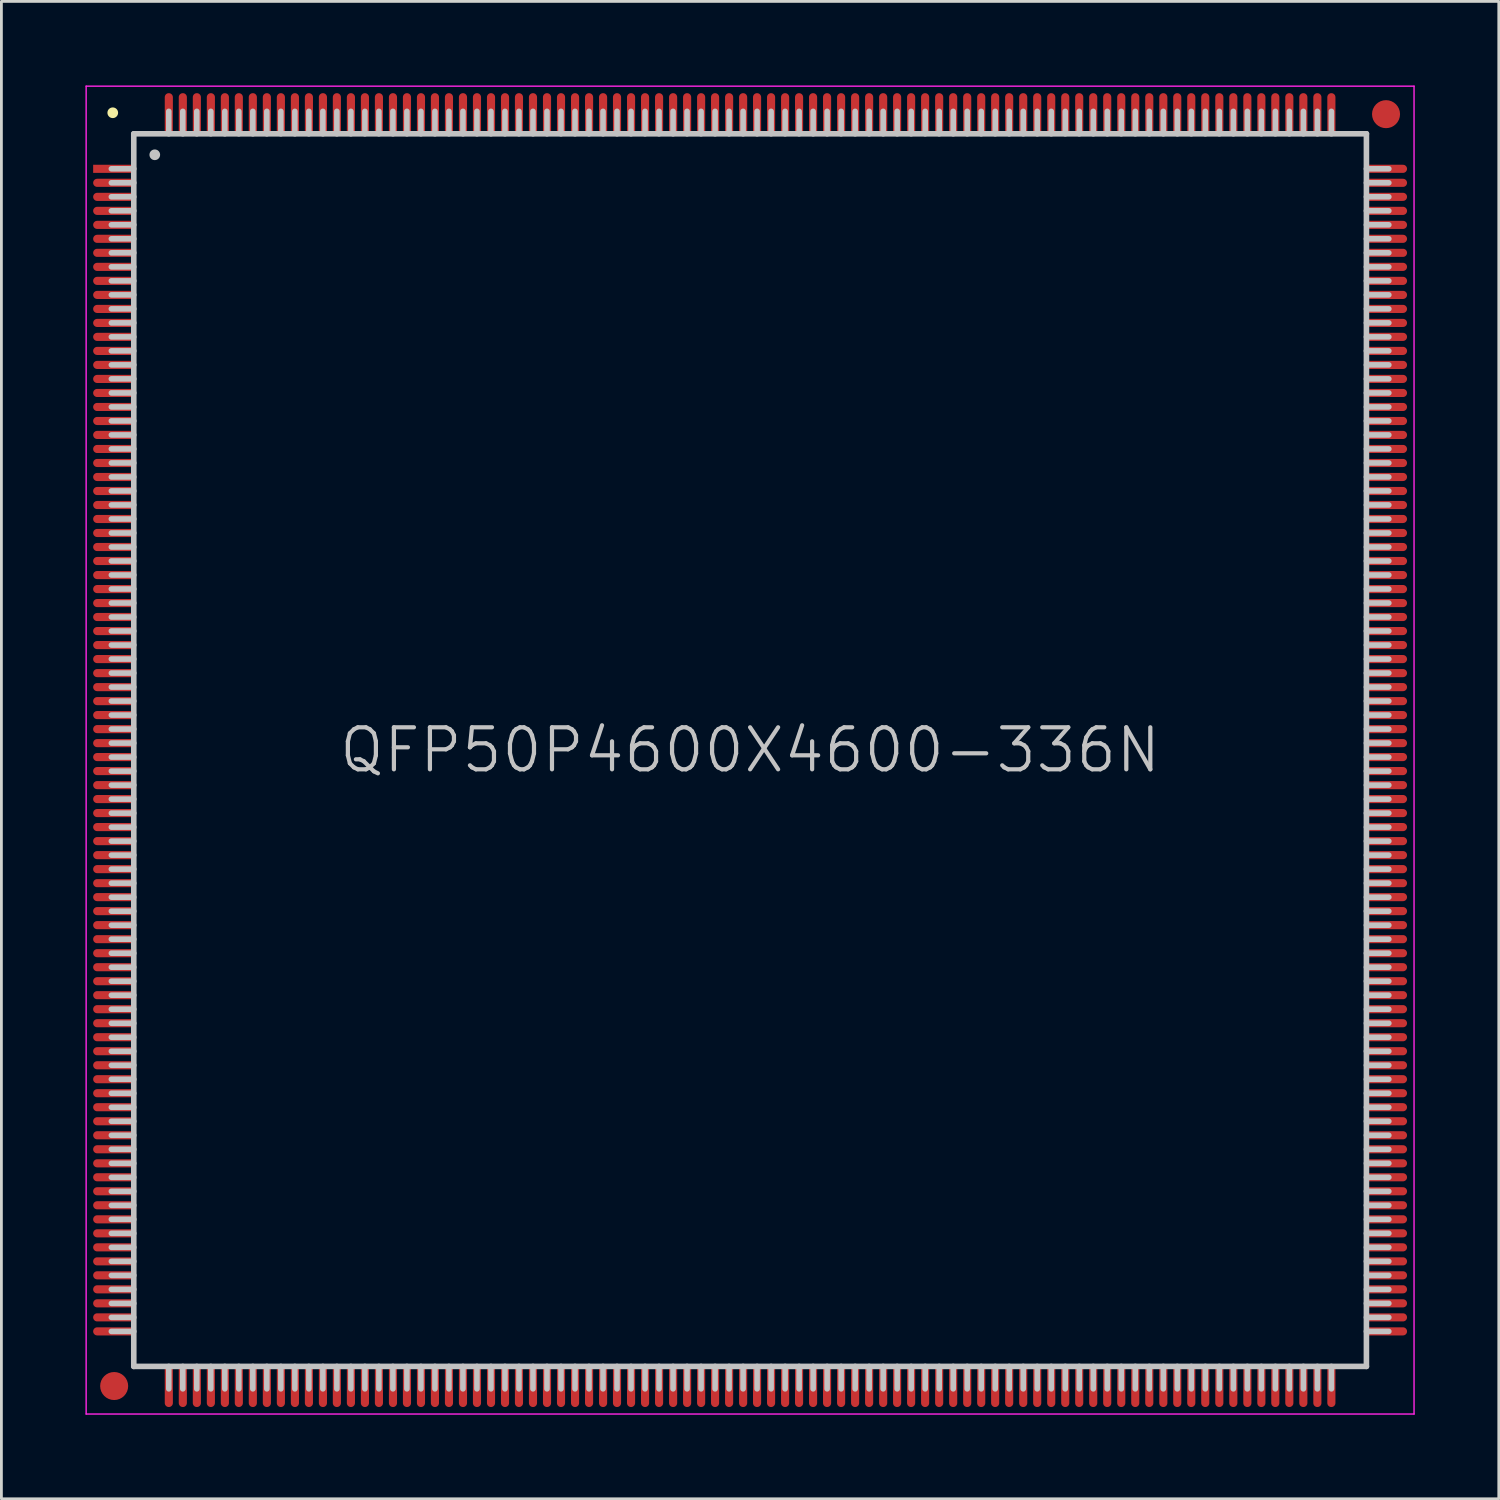
<source format=kicad_pcb>
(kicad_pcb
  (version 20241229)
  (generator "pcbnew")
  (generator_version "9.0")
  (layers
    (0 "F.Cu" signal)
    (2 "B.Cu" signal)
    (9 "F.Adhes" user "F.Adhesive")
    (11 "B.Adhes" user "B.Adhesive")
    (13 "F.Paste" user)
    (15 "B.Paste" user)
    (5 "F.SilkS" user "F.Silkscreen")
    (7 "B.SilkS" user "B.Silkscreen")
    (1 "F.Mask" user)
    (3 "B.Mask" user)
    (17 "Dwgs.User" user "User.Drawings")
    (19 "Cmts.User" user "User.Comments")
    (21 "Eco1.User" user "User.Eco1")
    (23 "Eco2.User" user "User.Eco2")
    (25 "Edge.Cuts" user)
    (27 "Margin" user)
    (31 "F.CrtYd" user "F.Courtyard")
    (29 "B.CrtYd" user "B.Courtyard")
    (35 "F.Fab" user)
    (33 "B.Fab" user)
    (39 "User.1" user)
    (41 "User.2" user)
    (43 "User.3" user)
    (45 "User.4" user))
  (footprint "QFP50P4600X4600-336N"
    (layer "F.Cu")
    (at 23.725 23.725)
    (property "Reference" "QFP50P4600X4600-336N" (at 0 0 0) (layer "Dwgs.User") (effects (font (size 1.5 1.5) (thickness 0.15))))
    (attr smd)
    (fp_line (start -22.75 -22.75) (end -22.75 -22.75) (stroke (width 0.381) (type solid)) (layer "F.SilkS"))
    (fp_line (start -22 -22) (end -22 22) (stroke (width 0.2) (type solid)) (layer "Dwgs.User"))
    (fp_line (start -22 -22) (end 22 -22) (stroke (width 0.2) (type solid)) (layer "Dwgs.User"))
    (fp_line (start -22 -20.75) (end -22.8 -20.75) (stroke (width 0.2) (type solid)) (layer "Dwgs.User"))
    (fp_line (start -22 -20.25) (end -22.8 -20.25) (stroke (width 0.2) (type solid)) (layer "Dwgs.User"))
    (fp_line (start -22 -19.75) (end -22.8 -19.75) (stroke (width 0.2) (type solid)) (layer "Dwgs.User"))
    (fp_line (start -22 -19.25) (end -22.8 -19.25) (stroke (width 0.2) (type solid)) (layer "Dwgs.User"))
    (fp_line (start -22 -18.75) (end -22.8 -18.75) (stroke (width 0.2) (type solid)) (layer "Dwgs.User"))
    (fp_line (start -22 -18.25) (end -22.8 -18.25) (stroke (width 0.2) (type solid)) (layer "Dwgs.User"))
    (fp_line (start -22 -17.75) (end -22.8 -17.75) (stroke (width 0.2) (type solid)) (layer "Dwgs.User"))
    (fp_line (start -22 -17.25) (end -22.8 -17.25) (stroke (width 0.2) (type solid)) (layer "Dwgs.User"))
    (fp_line (start -22 -16.75) (end -22.8 -16.75) (stroke (width 0.2) (type solid)) (layer "Dwgs.User"))
    (fp_line (start -22 -16.25) (end -22.8 -16.25) (stroke (width 0.2) (type solid)) (layer "Dwgs.User"))
    (fp_line (start -22 -15.75) (end -22.8 -15.75) (stroke (width 0.2) (type solid)) (layer "Dwgs.User"))
    (fp_line (start -22 -15.25) (end -22.8 -15.25) (stroke (width 0.2) (type solid)) (layer "Dwgs.User"))
    (fp_line (start -22 -14.75) (end -22.8 -14.75) (stroke (width 0.2) (type solid)) (layer "Dwgs.User"))
    (fp_line (start -22 -14.25) (end -22.8 -14.25) (stroke (width 0.2) (type solid)) (layer "Dwgs.User"))
    (fp_line (start -22 -13.75) (end -22.8 -13.75) (stroke (width 0.2) (type solid)) (layer "Dwgs.User"))
    (fp_line (start -22 -13.25) (end -22.8 -13.25) (stroke (width 0.2) (type solid)) (layer "Dwgs.User"))
    (fp_line (start -22 -12.75) (end -22.8 -12.75) (stroke (width 0.2) (type solid)) (layer "Dwgs.User"))
    (fp_line (start -22 -12.25) (end -22.8 -12.25) (stroke (width 0.2) (type solid)) (layer "Dwgs.User"))
    (fp_line (start -22 -11.75) (end -22.8 -11.75) (stroke (width 0.2) (type solid)) (layer "Dwgs.User"))
    (fp_line (start -22 -11.25) (end -22.8 -11.25) (stroke (width 0.2) (type solid)) (layer "Dwgs.User"))
    (fp_line (start -22 -10.75) (end -22.8 -10.75) (stroke (width 0.2) (type solid)) (layer "Dwgs.User"))
    (fp_line (start -22 -10.25) (end -22.8 -10.25) (stroke (width 0.2) (type solid)) (layer "Dwgs.User"))
    (fp_line (start -22 -9.75) (end -22.8 -9.75) (stroke (width 0.2) (type solid)) (layer "Dwgs.User"))
    (fp_line (start -22 -9.25) (end -22.8 -9.25) (stroke (width 0.2) (type solid)) (layer "Dwgs.User"))
    (fp_line (start -22 -8.75) (end -22.8 -8.75) (stroke (width 0.2) (type solid)) (layer "Dwgs.User"))
    (fp_line (start -22 -8.25) (end -22.8 -8.25) (stroke (width 0.2) (type solid)) (layer "Dwgs.User"))
    (fp_line (start -22 -7.75) (end -22.8 -7.75) (stroke (width 0.2) (type solid)) (layer "Dwgs.User"))
    (fp_line (start -22 -7.25) (end -22.8 -7.25) (stroke (width 0.2) (type solid)) (layer "Dwgs.User"))
    (fp_line (start -22 -6.75) (end -22.8 -6.75) (stroke (width 0.2) (type solid)) (layer "Dwgs.User"))
    (fp_line (start -22 -6.25) (end -22.8 -6.25) (stroke (width 0.2) (type solid)) (layer "Dwgs.User"))
    (fp_line (start -22 -5.75) (end -22.8 -5.75) (stroke (width 0.2) (type solid)) (layer "Dwgs.User"))
    (fp_line (start -22 -5.25) (end -22.8 -5.25) (stroke (width 0.2) (type solid)) (layer "Dwgs.User"))
    (fp_line (start -22 -4.75) (end -22.8 -4.75) (stroke (width 0.2) (type solid)) (layer "Dwgs.User"))
    (fp_line (start -22 -4.25) (end -22.8 -4.25) (stroke (width 0.2) (type solid)) (layer "Dwgs.User"))
    (fp_line (start -22 -3.75) (end -22.8 -3.75) (stroke (width 0.2) (type solid)) (layer "Dwgs.User"))
    (fp_line (start -22 -3.25) (end -22.8 -3.25) (stroke (width 0.2) (type solid)) (layer "Dwgs.User"))
    (fp_line (start -22 -2.75) (end -22.8 -2.75) (stroke (width 0.2) (type solid)) (layer "Dwgs.User"))
    (fp_line (start -22 -2.25) (end -22.8 -2.25) (stroke (width 0.2) (type solid)) (layer "Dwgs.User"))
    (fp_line (start -22 -1.75) (end -22.8 -1.75) (stroke (width 0.2) (type solid)) (layer "Dwgs.User"))
    (fp_line (start -22 -1.25) (end -22.8 -1.25) (stroke (width 0.2) (type solid)) (layer "Dwgs.User"))
    (fp_line (start -22 -0.75) (end -22.8 -0.75) (stroke (width 0.2) (type solid)) (layer "Dwgs.User"))
    (fp_line (start -22 -0.25) (end -22.8 -0.25) (stroke (width 0.2) (type solid)) (layer "Dwgs.User"))
    (fp_line (start -22 0.25) (end -22.8 0.25) (stroke (width 0.2) (type solid)) (layer "Dwgs.User"))
    (fp_line (start -22 0.75) (end -22.8 0.75) (stroke (width 0.2) (type solid)) (layer "Dwgs.User"))
    (fp_line (start -22 1.25) (end -22.8 1.25) (stroke (width 0.2) (type solid)) (layer "Dwgs.User"))
    (fp_line (start -22 1.75) (end -22.8 1.75) (stroke (width 0.2) (type solid)) (layer "Dwgs.User"))
    (fp_line (start -22 2.25) (end -22.8 2.25) (stroke (width 0.2) (type solid)) (layer "Dwgs.User"))
    (fp_line (start -22 2.75) (end -22.8 2.75) (stroke (width 0.2) (type solid)) (layer "Dwgs.User"))
    (fp_line (start -22 3.25) (end -22.8 3.25) (stroke (width 0.2) (type solid)) (layer "Dwgs.User"))
    (fp_line (start -22 3.75) (end -22.8 3.75) (stroke (width 0.2) (type solid)) (layer "Dwgs.User"))
    (fp_line (start -22 4.25) (end -22.8 4.25) (stroke (width 0.2) (type solid)) (layer "Dwgs.User"))
    (fp_line (start -22 4.75) (end -22.8 4.75) (stroke (width 0.2) (type solid)) (layer "Dwgs.User"))
    (fp_line (start -22 5.25) (end -22.8 5.25) (stroke (width 0.2) (type solid)) (layer "Dwgs.User"))
    (fp_line (start -22 5.75) (end -22.8 5.75) (stroke (width 0.2) (type solid)) (layer "Dwgs.User"))
    (fp_line (start -22 6.25) (end -22.8 6.25) (stroke (width 0.2) (type solid)) (layer "Dwgs.User"))
    (fp_line (start -22 6.75) (end -22.8 6.75) (stroke (width 0.2) (type solid)) (layer "Dwgs.User"))
    (fp_line (start -22 7.25) (end -22.8 7.25) (stroke (width 0.2) (type solid)) (layer "Dwgs.User"))
    (fp_line (start -22 7.75) (end -22.8 7.75) (stroke (width 0.2) (type solid)) (layer "Dwgs.User"))
    (fp_line (start -22 8.25) (end -22.8 8.25) (stroke (width 0.2) (type solid)) (layer "Dwgs.User"))
    (fp_line (start -22 8.75) (end -22.8 8.75) (stroke (width 0.2) (type solid)) (layer "Dwgs.User"))
    (fp_line (start -22 9.25) (end -22.8 9.25) (stroke (width 0.2) (type solid)) (layer "Dwgs.User"))
    (fp_line (start -22 9.75) (end -22.8 9.75) (stroke (width 0.2) (type solid)) (layer "Dwgs.User"))
    (fp_line (start -22 10.25) (end -22.8 10.25) (stroke (width 0.2) (type solid)) (layer "Dwgs.User"))
    (fp_line (start -22 10.75) (end -22.8 10.75) (stroke (width 0.2) (type solid)) (layer "Dwgs.User"))
    (fp_line (start -22 11.25) (end -22.8 11.25) (stroke (width 0.2) (type solid)) (layer "Dwgs.User"))
    (fp_line (start -22 11.75) (end -22.8 11.75) (stroke (width 0.2) (type solid)) (layer "Dwgs.User"))
    (fp_line (start -22 12.25) (end -22.8 12.25) (stroke (width 0.2) (type solid)) (layer "Dwgs.User"))
    (fp_line (start -22 12.75) (end -22.8 12.75) (stroke (width 0.2) (type solid)) (layer "Dwgs.User"))
    (fp_line (start -22 13.25) (end -22.8 13.25) (stroke (width 0.2) (type solid)) (layer "Dwgs.User"))
    (fp_line (start -22 13.75) (end -22.8 13.75) (stroke (width 0.2) (type solid)) (layer "Dwgs.User"))
    (fp_line (start -22 14.25) (end -22.8 14.25) (stroke (width 0.2) (type solid)) (layer "Dwgs.User"))
    (fp_line (start -22 14.75) (end -22.8 14.75) (stroke (width 0.2) (type solid)) (layer "Dwgs.User"))
    (fp_line (start -22 15.25) (end -22.8 15.25) (stroke (width 0.2) (type solid)) (layer "Dwgs.User"))
    (fp_line (start -22 15.75) (end -22.8 15.75) (stroke (width 0.2) (type solid)) (layer "Dwgs.User"))
    (fp_line (start -22 16.25) (end -22.8 16.25) (stroke (width 0.2) (type solid)) (layer "Dwgs.User"))
    (fp_line (start -22 16.75) (end -22.8 16.75) (stroke (width 0.2) (type solid)) (layer "Dwgs.User"))
    (fp_line (start -22 17.25) (end -22.8 17.25) (stroke (width 0.2) (type solid)) (layer "Dwgs.User"))
    (fp_line (start -22 17.75) (end -22.8 17.75) (stroke (width 0.2) (type solid)) (layer "Dwgs.User"))
    (fp_line (start -22 18.25) (end -22.8 18.25) (stroke (width 0.2) (type solid)) (layer "Dwgs.User"))
    (fp_line (start -22 18.75) (end -22.8 18.75) (stroke (width 0.2) (type solid)) (layer "Dwgs.User"))
    (fp_line (start -22 19.25) (end -22.8 19.25) (stroke (width 0.2) (type solid)) (layer "Dwgs.User"))
    (fp_line (start -22 19.75) (end -22.8 19.75) (stroke (width 0.2) (type solid)) (layer "Dwgs.User"))
    (fp_line (start -22 20.25) (end -22.8 20.25) (stroke (width 0.2) (type solid)) (layer "Dwgs.User"))
    (fp_line (start -22 20.75) (end -22.8 20.75) (stroke (width 0.2) (type solid)) (layer "Dwgs.User"))
    (fp_line (start -22 22) (end 22 22) (stroke (width 0.2) (type solid)) (layer "Dwgs.User"))
    (fp_line (start -21.25 -21.25) (end -21.25 -21.25) (stroke (width 0.381) (type solid)) (layer "Dwgs.User"))
    (fp_line (start -20.75 -22) (end -20.75 -22.8) (stroke (width 0.2) (type solid)) (layer "Dwgs.User"))
    (fp_line (start -20.75 22.8) (end -20.75 22) (stroke (width 0.2) (type solid)) (layer "Dwgs.User"))
    (fp_line (start -20.25 -22) (end -20.25 -22.8) (stroke (width 0.2) (type solid)) (layer "Dwgs.User"))
    (fp_line (start -20.25 22.8) (end -20.25 22) (stroke (width 0.2) (type solid)) (layer "Dwgs.User"))
    (fp_line (start -19.75 -22) (end -19.75 -22.8) (stroke (width 0.2) (type solid)) (layer "Dwgs.User"))
    (fp_line (start -19.75 22.8) (end -19.75 22) (stroke (width 0.2) (type solid)) (layer "Dwgs.User"))
    (fp_line (start -19.25 -22) (end -19.25 -22.8) (stroke (width 0.2) (type solid)) (layer "Dwgs.User"))
    (fp_line (start -19.25 22.8) (end -19.25 22) (stroke (width 0.2) (type solid)) (layer "Dwgs.User"))
    (fp_line (start -18.75 -22) (end -18.75 -22.8) (stroke (width 0.2) (type solid)) (layer "Dwgs.User"))
    (fp_line (start -18.75 22.8) (end -18.75 22) (stroke (width 0.2) (type solid)) (layer "Dwgs.User"))
    (fp_line (start -18.25 -22) (end -18.25 -22.8) (stroke (width 0.2) (type solid)) (layer "Dwgs.User"))
    (fp_line (start -18.25 22.8) (end -18.25 22) (stroke (width 0.2) (type solid)) (layer "Dwgs.User"))
    (fp_line (start -17.75 -22) (end -17.75 -22.8) (stroke (width 0.2) (type solid)) (layer "Dwgs.User"))
    (fp_line (start -17.75 22.8) (end -17.75 22) (stroke (width 0.2) (type solid)) (layer "Dwgs.User"))
    (fp_line (start -17.25 -22) (end -17.25 -22.8) (stroke (width 0.2) (type solid)) (layer "Dwgs.User"))
    (fp_line (start -17.25 22.8) (end -17.25 22) (stroke (width 0.2) (type solid)) (layer "Dwgs.User"))
    (fp_line (start -16.75 -22) (end -16.75 -22.8) (stroke (width 0.2) (type solid)) (layer "Dwgs.User"))
    (fp_line (start -16.75 22.8) (end -16.75 22) (stroke (width 0.2) (type solid)) (layer "Dwgs.User"))
    (fp_line (start -16.25 -22) (end -16.25 -22.8) (stroke (width 0.2) (type solid)) (layer "Dwgs.User"))
    (fp_line (start -16.25 22.8) (end -16.25 22) (stroke (width 0.2) (type solid)) (layer "Dwgs.User"))
    (fp_line (start -15.75 -22) (end -15.75 -22.8) (stroke (width 0.2) (type solid)) (layer "Dwgs.User"))
    (fp_line (start -15.75 22.8) (end -15.75 22) (stroke (width 0.2) (type solid)) (layer "Dwgs.User"))
    (fp_line (start -15.25 -22) (end -15.25 -22.8) (stroke (width 0.2) (type solid)) (layer "Dwgs.User"))
    (fp_line (start -15.25 22.8) (end -15.25 22) (stroke (width 0.2) (type solid)) (layer "Dwgs.User"))
    (fp_line (start -14.75 -22) (end -14.75 -22.8) (stroke (width 0.2) (type solid)) (layer "Dwgs.User"))
    (fp_line (start -14.75 22.8) (end -14.75 22) (stroke (width 0.2) (type solid)) (layer "Dwgs.User"))
    (fp_line (start -14.25 -22) (end -14.25 -22.8) (stroke (width 0.2) (type solid)) (layer "Dwgs.User"))
    (fp_line (start -14.25 22.8) (end -14.25 22) (stroke (width 0.2) (type solid)) (layer "Dwgs.User"))
    (fp_line (start -13.75 -22) (end -13.75 -22.8) (stroke (width 0.2) (type solid)) (layer "Dwgs.User"))
    (fp_line (start -13.75 22.8) (end -13.75 22) (stroke (width 0.2) (type solid)) (layer "Dwgs.User"))
    (fp_line (start -13.25 -22) (end -13.25 -22.8) (stroke (width 0.2) (type solid)) (layer "Dwgs.User"))
    (fp_line (start -13.25 22.8) (end -13.25 22) (stroke (width 0.2) (type solid)) (layer "Dwgs.User"))
    (fp_line (start -12.75 -22) (end -12.75 -22.8) (stroke (width 0.2) (type solid)) (layer "Dwgs.User"))
    (fp_line (start -12.75 22.8) (end -12.75 22) (stroke (width 0.2) (type solid)) (layer "Dwgs.User"))
    (fp_line (start -12.25 -22) (end -12.25 -22.8) (stroke (width 0.2) (type solid)) (layer "Dwgs.User"))
    (fp_line (start -12.25 22.8) (end -12.25 22) (stroke (width 0.2) (type solid)) (layer "Dwgs.User"))
    (fp_line (start -11.75 -22) (end -11.75 -22.8) (stroke (width 0.2) (type solid)) (layer "Dwgs.User"))
    (fp_line (start -11.75 22.8) (end -11.75 22) (stroke (width 0.2) (type solid)) (layer "Dwgs.User"))
    (fp_line (start -11.25 -22) (end -11.25 -22.8) (stroke (width 0.2) (type solid)) (layer "Dwgs.User"))
    (fp_line (start -11.25 22.8) (end -11.25 22) (stroke (width 0.2) (type solid)) (layer "Dwgs.User"))
    (fp_line (start -10.75 -22) (end -10.75 -22.8) (stroke (width 0.2) (type solid)) (layer "Dwgs.User"))
    (fp_line (start -10.75 22.8) (end -10.75 22) (stroke (width 0.2) (type solid)) (layer "Dwgs.User"))
    (fp_line (start -10.25 -22) (end -10.25 -22.8) (stroke (width 0.2) (type solid)) (layer "Dwgs.User"))
    (fp_line (start -10.25 22.8) (end -10.25 22) (stroke (width 0.2) (type solid)) (layer "Dwgs.User"))
    (fp_line (start -9.75 -22) (end -9.75 -22.8) (stroke (width 0.2) (type solid)) (layer "Dwgs.User"))
    (fp_line (start -9.75 22.8) (end -9.75 22) (stroke (width 0.2) (type solid)) (layer "Dwgs.User"))
    (fp_line (start -9.25 -22) (end -9.25 -22.8) (stroke (width 0.2) (type solid)) (layer "Dwgs.User"))
    (fp_line (start -9.25 22.8) (end -9.25 22) (stroke (width 0.2) (type solid)) (layer "Dwgs.User"))
    (fp_line (start -8.75 -22) (end -8.75 -22.8) (stroke (width 0.2) (type solid)) (layer "Dwgs.User"))
    (fp_line (start -8.75 22.8) (end -8.75 22) (stroke (width 0.2) (type solid)) (layer "Dwgs.User"))
    (fp_line (start -8.25 -22) (end -8.25 -22.8) (stroke (width 0.2) (type solid)) (layer "Dwgs.User"))
    (fp_line (start -8.25 22.8) (end -8.25 22) (stroke (width 0.2) (type solid)) (layer "Dwgs.User"))
    (fp_line (start -7.75 -22) (end -7.75 -22.8) (stroke (width 0.2) (type solid)) (layer "Dwgs.User"))
    (fp_line (start -7.75 22.8) (end -7.75 22) (stroke (width 0.2) (type solid)) (layer "Dwgs.User"))
    (fp_line (start -7.25 -22) (end -7.25 -22.8) (stroke (width 0.2) (type solid)) (layer "Dwgs.User"))
    (fp_line (start -7.25 22.8) (end -7.25 22) (stroke (width 0.2) (type solid)) (layer "Dwgs.User"))
    (fp_line (start -6.75 -22) (end -6.75 -22.8) (stroke (width 0.2) (type solid)) (layer "Dwgs.User"))
    (fp_line (start -6.75 22.8) (end -6.75 22) (stroke (width 0.2) (type solid)) (layer "Dwgs.User"))
    (fp_line (start -6.25 -22) (end -6.25 -22.8) (stroke (width 0.2) (type solid)) (layer "Dwgs.User"))
    (fp_line (start -6.25 22.8) (end -6.25 22) (stroke (width 0.2) (type solid)) (layer "Dwgs.User"))
    (fp_line (start -5.75 -22) (end -5.75 -22.8) (stroke (width 0.2) (type solid)) (layer "Dwgs.User"))
    (fp_line (start -5.75 22.8) (end -5.75 22) (stroke (width 0.2) (type solid)) (layer "Dwgs.User"))
    (fp_line (start -5.25 -22) (end -5.25 -22.8) (stroke (width 0.2) (type solid)) (layer "Dwgs.User"))
    (fp_line (start -5.25 22.8) (end -5.25 22) (stroke (width 0.2) (type solid)) (layer "Dwgs.User"))
    (fp_line (start -4.75 -22) (end -4.75 -22.8) (stroke (width 0.2) (type solid)) (layer "Dwgs.User"))
    (fp_line (start -4.75 22.8) (end -4.75 22) (stroke (width 0.2) (type solid)) (layer "Dwgs.User"))
    (fp_line (start -4.25 -22) (end -4.25 -22.8) (stroke (width 0.2) (type solid)) (layer "Dwgs.User"))
    (fp_line (start -4.25 22.8) (end -4.25 22) (stroke (width 0.2) (type solid)) (layer "Dwgs.User"))
    (fp_line (start -3.75 -22) (end -3.75 -22.8) (stroke (width 0.2) (type solid)) (layer "Dwgs.User"))
    (fp_line (start -3.75 22.8) (end -3.75 22) (stroke (width 0.2) (type solid)) (layer "Dwgs.User"))
    (fp_line (start -3.25 -22) (end -3.25 -22.8) (stroke (width 0.2) (type solid)) (layer "Dwgs.User"))
    (fp_line (start -3.25 22.8) (end -3.25 22) (stroke (width 0.2) (type solid)) (layer "Dwgs.User"))
    (fp_line (start -2.75 -22) (end -2.75 -22.8) (stroke (width 0.2) (type solid)) (layer "Dwgs.User"))
    (fp_line (start -2.75 22.8) (end -2.75 22) (stroke (width 0.2) (type solid)) (layer "Dwgs.User"))
    (fp_line (start -2.25 -22) (end -2.25 -22.8) (stroke (width 0.2) (type solid)) (layer "Dwgs.User"))
    (fp_line (start -2.25 22.8) (end -2.25 22) (stroke (width 0.2) (type solid)) (layer "Dwgs.User"))
    (fp_line (start -1.75 -22) (end -1.75 -22.8) (stroke (width 0.2) (type solid)) (layer "Dwgs.User"))
    (fp_line (start -1.75 22.8) (end -1.75 22) (stroke (width 0.2) (type solid)) (layer "Dwgs.User"))
    (fp_line (start -1.25 -22) (end -1.25 -22.8) (stroke (width 0.2) (type solid)) (layer "Dwgs.User"))
    (fp_line (start -1.25 22.8) (end -1.25 22) (stroke (width 0.2) (type solid)) (layer "Dwgs.User"))
    (fp_line (start -0.75 -22) (end -0.75 -22.8) (stroke (width 0.2) (type solid)) (layer "Dwgs.User"))
    (fp_line (start -0.75 22.8) (end -0.75 22) (stroke (width 0.2) (type solid)) (layer "Dwgs.User"))
    (fp_line (start -0.25 -22) (end -0.25 -22.8) (stroke (width 0.2) (type solid)) (layer "Dwgs.User"))
    (fp_line (start -0.25 22.8) (end -0.25 22) (stroke (width 0.2) (type solid)) (layer "Dwgs.User"))
    (fp_line (start 0.25 -22) (end 0.25 -22.8) (stroke (width 0.2) (type solid)) (layer "Dwgs.User"))
    (fp_line (start 0.25 22.8) (end 0.25 22) (stroke (width 0.2) (type solid)) (layer "Dwgs.User"))
    (fp_line (start 0.75 -22) (end 0.75 -22.8) (stroke (width 0.2) (type solid)) (layer "Dwgs.User"))
    (fp_line (start 0.75 22.8) (end 0.75 22) (stroke (width 0.2) (type solid)) (layer "Dwgs.User"))
    (fp_line (start 1.25 -22) (end 1.25 -22.8) (stroke (width 0.2) (type solid)) (layer "Dwgs.User"))
    (fp_line (start 1.25 22.8) (end 1.25 22) (stroke (width 0.2) (type solid)) (layer "Dwgs.User"))
    (fp_line (start 1.75 -22) (end 1.75 -22.8) (stroke (width 0.2) (type solid)) (layer "Dwgs.User"))
    (fp_line (start 1.75 22.8) (end 1.75 22) (stroke (width 0.2) (type solid)) (layer "Dwgs.User"))
    (fp_line (start 2.25 -22) (end 2.25 -22.8) (stroke (width 0.2) (type solid)) (layer "Dwgs.User"))
    (fp_line (start 2.25 22.8) (end 2.25 22) (stroke (width 0.2) (type solid)) (layer "Dwgs.User"))
    (fp_line (start 2.75 -22) (end 2.75 -22.8) (stroke (width 0.2) (type solid)) (layer "Dwgs.User"))
    (fp_line (start 2.75 22.8) (end 2.75 22) (stroke (width 0.2) (type solid)) (layer "Dwgs.User"))
    (fp_line (start 3.25 -22) (end 3.25 -22.8) (stroke (width 0.2) (type solid)) (layer "Dwgs.User"))
    (fp_line (start 3.25 22.8) (end 3.25 22) (stroke (width 0.2) (type solid)) (layer "Dwgs.User"))
    (fp_line (start 3.75 -22) (end 3.75 -22.8) (stroke (width 0.2) (type solid)) (layer "Dwgs.User"))
    (fp_line (start 3.75 22.8) (end 3.75 22) (stroke (width 0.2) (type solid)) (layer "Dwgs.User"))
    (fp_line (start 4.25 -22) (end 4.25 -22.8) (stroke (width 0.2) (type solid)) (layer "Dwgs.User"))
    (fp_line (start 4.25 22.8) (end 4.25 22) (stroke (width 0.2) (type solid)) (layer "Dwgs.User"))
    (fp_line (start 4.75 -22) (end 4.75 -22.8) (stroke (width 0.2) (type solid)) (layer "Dwgs.User"))
    (fp_line (start 4.75 22.8) (end 4.75 22) (stroke (width 0.2) (type solid)) (layer "Dwgs.User"))
    (fp_line (start 5.25 -22) (end 5.25 -22.8) (stroke (width 0.2) (type solid)) (layer "Dwgs.User"))
    (fp_line (start 5.25 22.8) (end 5.25 22) (stroke (width 0.2) (type solid)) (layer "Dwgs.User"))
    (fp_line (start 5.75 -22) (end 5.75 -22.8) (stroke (width 0.2) (type solid)) (layer "Dwgs.User"))
    (fp_line (start 5.75 22.8) (end 5.75 22) (stroke (width 0.2) (type solid)) (layer "Dwgs.User"))
    (fp_line (start 6.25 -22) (end 6.25 -22.8) (stroke (width 0.2) (type solid)) (layer "Dwgs.User"))
    (fp_line (start 6.25 22.8) (end 6.25 22) (stroke (width 0.2) (type solid)) (layer "Dwgs.User"))
    (fp_line (start 6.75 -22) (end 6.75 -22.8) (stroke (width 0.2) (type solid)) (layer "Dwgs.User"))
    (fp_line (start 6.75 22.8) (end 6.75 22) (stroke (width 0.2) (type solid)) (layer "Dwgs.User"))
    (fp_line (start 7.25 -22) (end 7.25 -22.8) (stroke (width 0.2) (type solid)) (layer "Dwgs.User"))
    (fp_line (start 7.25 22.8) (end 7.25 22) (stroke (width 0.2) (type solid)) (layer "Dwgs.User"))
    (fp_line (start 7.75 -22) (end 7.75 -22.8) (stroke (width 0.2) (type solid)) (layer "Dwgs.User"))
    (fp_line (start 7.75 22.8) (end 7.75 22) (stroke (width 0.2) (type solid)) (layer "Dwgs.User"))
    (fp_line (start 8.25 -22) (end 8.25 -22.8) (stroke (width 0.2) (type solid)) (layer "Dwgs.User"))
    (fp_line (start 8.25 22.8) (end 8.25 22) (stroke (width 0.2) (type solid)) (layer "Dwgs.User"))
    (fp_line (start 8.75 -22) (end 8.75 -22.8) (stroke (width 0.2) (type solid)) (layer "Dwgs.User"))
    (fp_line (start 8.75 22.8) (end 8.75 22) (stroke (width 0.2) (type solid)) (layer "Dwgs.User"))
    (fp_line (start 9.25 -22) (end 9.25 -22.8) (stroke (width 0.2) (type solid)) (layer "Dwgs.User"))
    (fp_line (start 9.25 22.8) (end 9.25 22) (stroke (width 0.2) (type solid)) (layer "Dwgs.User"))
    (fp_line (start 9.75 -22) (end 9.75 -22.8) (stroke (width 0.2) (type solid)) (layer "Dwgs.User"))
    (fp_line (start 9.75 22.8) (end 9.75 22) (stroke (width 0.2) (type solid)) (layer "Dwgs.User"))
    (fp_line (start 10.25 -22) (end 10.25 -22.8) (stroke (width 0.2) (type solid)) (layer "Dwgs.User"))
    (fp_line (start 10.25 22.8) (end 10.25 22) (stroke (width 0.2) (type solid)) (layer "Dwgs.User"))
    (fp_line (start 10.75 -22) (end 10.75 -22.8) (stroke (width 0.2) (type solid)) (layer "Dwgs.User"))
    (fp_line (start 10.75 22.8) (end 10.75 22) (stroke (width 0.2) (type solid)) (layer "Dwgs.User"))
    (fp_line (start 11.25 -22) (end 11.25 -22.8) (stroke (width 0.2) (type solid)) (layer "Dwgs.User"))
    (fp_line (start 11.25 22.8) (end 11.25 22) (stroke (width 0.2) (type solid)) (layer "Dwgs.User"))
    (fp_line (start 11.75 -22) (end 11.75 -22.8) (stroke (width 0.2) (type solid)) (layer "Dwgs.User"))
    (fp_line (start 11.75 22.8) (end 11.75 22) (stroke (width 0.2) (type solid)) (layer "Dwgs.User"))
    (fp_line (start 12.25 -22) (end 12.25 -22.8) (stroke (width 0.2) (type solid)) (layer "Dwgs.User"))
    (fp_line (start 12.25 22.8) (end 12.25 22) (stroke (width 0.2) (type solid)) (layer "Dwgs.User"))
    (fp_line (start 12.75 -22) (end 12.75 -22.8) (stroke (width 0.2) (type solid)) (layer "Dwgs.User"))
    (fp_line (start 12.75 22.8) (end 12.75 22) (stroke (width 0.2) (type solid)) (layer "Dwgs.User"))
    (fp_line (start 13.25 -22) (end 13.25 -22.8) (stroke (width 0.2) (type solid)) (layer "Dwgs.User"))
    (fp_line (start 13.25 22.8) (end 13.25 22) (stroke (width 0.2) (type solid)) (layer "Dwgs.User"))
    (fp_line (start 13.75 -22) (end 13.75 -22.8) (stroke (width 0.2) (type solid)) (layer "Dwgs.User"))
    (fp_line (start 13.75 22.8) (end 13.75 22) (stroke (width 0.2) (type solid)) (layer "Dwgs.User"))
    (fp_line (start 14.25 -22) (end 14.25 -22.8) (stroke (width 0.2) (type solid)) (layer "Dwgs.User"))
    (fp_line (start 14.25 22.8) (end 14.25 22) (stroke (width 0.2) (type solid)) (layer "Dwgs.User"))
    (fp_line (start 14.75 -22) (end 14.75 -22.8) (stroke (width 0.2) (type solid)) (layer "Dwgs.User"))
    (fp_line (start 14.75 22.8) (end 14.75 22) (stroke (width 0.2) (type solid)) (layer "Dwgs.User"))
    (fp_line (start 15.25 -22) (end 15.25 -22.8) (stroke (width 0.2) (type solid)) (layer "Dwgs.User"))
    (fp_line (start 15.25 22.8) (end 15.25 22) (stroke (width 0.2) (type solid)) (layer "Dwgs.User"))
    (fp_line (start 15.75 -22) (end 15.75 -22.8) (stroke (width 0.2) (type solid)) (layer "Dwgs.User"))
    (fp_line (start 15.75 22.8) (end 15.75 22) (stroke (width 0.2) (type solid)) (layer "Dwgs.User"))
    (fp_line (start 16.25 -22) (end 16.25 -22.8) (stroke (width 0.2) (type solid)) (layer "Dwgs.User"))
    (fp_line (start 16.25 22.8) (end 16.25 22) (stroke (width 0.2) (type solid)) (layer "Dwgs.User"))
    (fp_line (start 16.75 -22) (end 16.75 -22.8) (stroke (width 0.2) (type solid)) (layer "Dwgs.User"))
    (fp_line (start 16.75 22.8) (end 16.75 22) (stroke (width 0.2) (type solid)) (layer "Dwgs.User"))
    (fp_line (start 17.25 -22) (end 17.25 -22.8) (stroke (width 0.2) (type solid)) (layer "Dwgs.User"))
    (fp_line (start 17.25 22.8) (end 17.25 22) (stroke (width 0.2) (type solid)) (layer "Dwgs.User"))
    (fp_line (start 17.75 -22) (end 17.75 -22.8) (stroke (width 0.2) (type solid)) (layer "Dwgs.User"))
    (fp_line (start 17.75 22.8) (end 17.75 22) (stroke (width 0.2) (type solid)) (layer "Dwgs.User"))
    (fp_line (start 18.25 -22) (end 18.25 -22.8) (stroke (width 0.2) (type solid)) (layer "Dwgs.User"))
    (fp_line (start 18.25 22.8) (end 18.25 22) (stroke (width 0.2) (type solid)) (layer "Dwgs.User"))
    (fp_line (start 18.75 -22) (end 18.75 -22.8) (stroke (width 0.2) (type solid)) (layer "Dwgs.User"))
    (fp_line (start 18.75 22.8) (end 18.75 22) (stroke (width 0.2) (type solid)) (layer "Dwgs.User"))
    (fp_line (start 19.25 -22) (end 19.25 -22.8) (stroke (width 0.2) (type solid)) (layer "Dwgs.User"))
    (fp_line (start 19.25 22.8) (end 19.25 22) (stroke (width 0.2) (type solid)) (layer "Dwgs.User"))
    (fp_line (start 19.75 -22) (end 19.75 -22.8) (stroke (width 0.2) (type solid)) (layer "Dwgs.User"))
    (fp_line (start 19.75 22.8) (end 19.75 22) (stroke (width 0.2) (type solid)) (layer "Dwgs.User"))
    (fp_line (start 20.25 -22) (end 20.25 -22.8) (stroke (width 0.2) (type solid)) (layer "Dwgs.User"))
    (fp_line (start 20.25 22.8) (end 20.25 22) (stroke (width 0.2) (type solid)) (layer "Dwgs.User"))
    (fp_line (start 20.75 -22) (end 20.75 -22.8) (stroke (width 0.2) (type solid)) (layer "Dwgs.User"))
    (fp_line (start 20.75 22.8) (end 20.75 22) (stroke (width 0.2) (type solid)) (layer "Dwgs.User"))
    (fp_line (start 22 -22) (end 22 22) (stroke (width 0.2) (type solid)) (layer "Dwgs.User"))
    (fp_line (start 22.8 -20.75) (end 22 -20.75) (stroke (width 0.2) (type solid)) (layer "Dwgs.User"))
    (fp_line (start 22.8 -20.25) (end 22 -20.25) (stroke (width 0.2) (type solid)) (layer "Dwgs.User"))
    (fp_line (start 22.8 -19.75) (end 22 -19.75) (stroke (width 0.2) (type solid)) (layer "Dwgs.User"))
    (fp_line (start 22.8 -19.25) (end 22 -19.25) (stroke (width 0.2) (type solid)) (layer "Dwgs.User"))
    (fp_line (start 22.8 -18.75) (end 22 -18.75) (stroke (width 0.2) (type solid)) (layer "Dwgs.User"))
    (fp_line (start 22.8 -18.25) (end 22 -18.25) (stroke (width 0.2) (type solid)) (layer "Dwgs.User"))
    (fp_line (start 22.8 -17.75) (end 22 -17.75) (stroke (width 0.2) (type solid)) (layer "Dwgs.User"))
    (fp_line (start 22.8 -17.25) (end 22 -17.25) (stroke (width 0.2) (type solid)) (layer "Dwgs.User"))
    (fp_line (start 22.8 -16.75) (end 22 -16.75) (stroke (width 0.2) (type solid)) (layer "Dwgs.User"))
    (fp_line (start 22.8 -16.25) (end 22 -16.25) (stroke (width 0.2) (type solid)) (layer "Dwgs.User"))
    (fp_line (start 22.8 -15.75) (end 22 -15.75) (stroke (width 0.2) (type solid)) (layer "Dwgs.User"))
    (fp_line (start 22.8 -15.25) (end 22 -15.25) (stroke (width 0.2) (type solid)) (layer "Dwgs.User"))
    (fp_line (start 22.8 -14.75) (end 22 -14.75) (stroke (width 0.2) (type solid)) (layer "Dwgs.User"))
    (fp_line (start 22.8 -14.25) (end 22 -14.25) (stroke (width 0.2) (type solid)) (layer "Dwgs.User"))
    (fp_line (start 22.8 -13.75) (end 22 -13.75) (stroke (width 0.2) (type solid)) (layer "Dwgs.User"))
    (fp_line (start 22.8 -13.25) (end 22 -13.25) (stroke (width 0.2) (type solid)) (layer "Dwgs.User"))
    (fp_line (start 22.8 -12.75) (end 22 -12.75) (stroke (width 0.2) (type solid)) (layer "Dwgs.User"))
    (fp_line (start 22.8 -12.25) (end 22 -12.25) (stroke (width 0.2) (type solid)) (layer "Dwgs.User"))
    (fp_line (start 22.8 -11.75) (end 22 -11.75) (stroke (width 0.2) (type solid)) (layer "Dwgs.User"))
    (fp_line (start 22.8 -11.25) (end 22 -11.25) (stroke (width 0.2) (type solid)) (layer "Dwgs.User"))
    (fp_line (start 22.8 -10.75) (end 22 -10.75) (stroke (width 0.2) (type solid)) (layer "Dwgs.User"))
    (fp_line (start 22.8 -10.25) (end 22 -10.25) (stroke (width 0.2) (type solid)) (layer "Dwgs.User"))
    (fp_line (start 22.8 -9.75) (end 22 -9.75) (stroke (width 0.2) (type solid)) (layer "Dwgs.User"))
    (fp_line (start 22.8 -9.25) (end 22 -9.25) (stroke (width 0.2) (type solid)) (layer "Dwgs.User"))
    (fp_line (start 22.8 -8.75) (end 22 -8.75) (stroke (width 0.2) (type solid)) (layer "Dwgs.User"))
    (fp_line (start 22.8 -8.25) (end 22 -8.25) (stroke (width 0.2) (type solid)) (layer "Dwgs.User"))
    (fp_line (start 22.8 -7.75) (end 22 -7.75) (stroke (width 0.2) (type solid)) (layer "Dwgs.User"))
    (fp_line (start 22.8 -7.25) (end 22 -7.25) (stroke (width 0.2) (type solid)) (layer "Dwgs.User"))
    (fp_line (start 22.8 -6.75) (end 22 -6.75) (stroke (width 0.2) (type solid)) (layer "Dwgs.User"))
    (fp_line (start 22.8 -6.25) (end 22 -6.25) (stroke (width 0.2) (type solid)) (layer "Dwgs.User"))
    (fp_line (start 22.8 -5.75) (end 22 -5.75) (stroke (width 0.2) (type solid)) (layer "Dwgs.User"))
    (fp_line (start 22.8 -5.25) (end 22 -5.25) (stroke (width 0.2) (type solid)) (layer "Dwgs.User"))
    (fp_line (start 22.8 -4.75) (end 22 -4.75) (stroke (width 0.2) (type solid)) (layer "Dwgs.User"))
    (fp_line (start 22.8 -4.25) (end 22 -4.25) (stroke (width 0.2) (type solid)) (layer "Dwgs.User"))
    (fp_line (start 22.8 -3.75) (end 22 -3.75) (stroke (width 0.2) (type solid)) (layer "Dwgs.User"))
    (fp_line (start 22.8 -3.25) (end 22 -3.25) (stroke (width 0.2) (type solid)) (layer "Dwgs.User"))
    (fp_line (start 22.8 -2.75) (end 22 -2.75) (stroke (width 0.2) (type solid)) (layer "Dwgs.User"))
    (fp_line (start 22.8 -2.25) (end 22 -2.25) (stroke (width 0.2) (type solid)) (layer "Dwgs.User"))
    (fp_line (start 22.8 -1.75) (end 22 -1.75) (stroke (width 0.2) (type solid)) (layer "Dwgs.User"))
    (fp_line (start 22.8 -1.25) (end 22 -1.25) (stroke (width 0.2) (type solid)) (layer "Dwgs.User"))
    (fp_line (start 22.8 -0.75) (end 22 -0.75) (stroke (width 0.2) (type solid)) (layer "Dwgs.User"))
    (fp_line (start 22.8 -0.25) (end 22 -0.25) (stroke (width 0.2) (type solid)) (layer "Dwgs.User"))
    (fp_line (start 22.8 0.25) (end 22 0.25) (stroke (width 0.2) (type solid)) (layer "Dwgs.User"))
    (fp_line (start 22.8 0.75) (end 22 0.75) (stroke (width 0.2) (type solid)) (layer "Dwgs.User"))
    (fp_line (start 22.8 1.25) (end 22 1.25) (stroke (width 0.2) (type solid)) (layer "Dwgs.User"))
    (fp_line (start 22.8 1.75) (end 22 1.75) (stroke (width 0.2) (type solid)) (layer "Dwgs.User"))
    (fp_line (start 22.8 2.25) (end 22 2.25) (stroke (width 0.2) (type solid)) (layer "Dwgs.User"))
    (fp_line (start 22.8 2.75) (end 22 2.75) (stroke (width 0.2) (type solid)) (layer "Dwgs.User"))
    (fp_line (start 22.8 3.25) (end 22 3.25) (stroke (width 0.2) (type solid)) (layer "Dwgs.User"))
    (fp_line (start 22.8 3.75) (end 22 3.75) (stroke (width 0.2) (type solid)) (layer "Dwgs.User"))
    (fp_line (start 22.8 4.25) (end 22 4.25) (stroke (width 0.2) (type solid)) (layer "Dwgs.User"))
    (fp_line (start 22.8 4.75) (end 22 4.75) (stroke (width 0.2) (type solid)) (layer "Dwgs.User"))
    (fp_line (start 22.8 5.25) (end 22 5.25) (stroke (width 0.2) (type solid)) (layer "Dwgs.User"))
    (fp_line (start 22.8 5.75) (end 22 5.75) (stroke (width 0.2) (type solid)) (layer "Dwgs.User"))
    (fp_line (start 22.8 6.25) (end 22 6.25) (stroke (width 0.2) (type solid)) (layer "Dwgs.User"))
    (fp_line (start 22.8 6.75) (end 22 6.75) (stroke (width 0.2) (type solid)) (layer "Dwgs.User"))
    (fp_line (start 22.8 7.25) (end 22 7.25) (stroke (width 0.2) (type solid)) (layer "Dwgs.User"))
    (fp_line (start 22.8 7.75) (end 22 7.75) (stroke (width 0.2) (type solid)) (layer "Dwgs.User"))
    (fp_line (start 22.8 8.25) (end 22 8.25) (stroke (width 0.2) (type solid)) (layer "Dwgs.User"))
    (fp_line (start 22.8 8.75) (end 22 8.75) (stroke (width 0.2) (type solid)) (layer "Dwgs.User"))
    (fp_line (start 22.8 9.25) (end 22 9.25) (stroke (width 0.2) (type solid)) (layer "Dwgs.User"))
    (fp_line (start 22.8 9.75) (end 22 9.75) (stroke (width 0.2) (type solid)) (layer "Dwgs.User"))
    (fp_line (start 22.8 10.25) (end 22 10.25) (stroke (width 0.2) (type solid)) (layer "Dwgs.User"))
    (fp_line (start 22.8 10.75) (end 22 10.75) (stroke (width 0.2) (type solid)) (layer "Dwgs.User"))
    (fp_line (start 22.8 11.25) (end 22 11.25) (stroke (width 0.2) (type solid)) (layer "Dwgs.User"))
    (fp_line (start 22.8 11.75) (end 22 11.75) (stroke (width 0.2) (type solid)) (layer "Dwgs.User"))
    (fp_line (start 22.8 12.25) (end 22 12.25) (stroke (width 0.2) (type solid)) (layer "Dwgs.User"))
    (fp_line (start 22.8 12.75) (end 22 12.75) (stroke (width 0.2) (type solid)) (layer "Dwgs.User"))
    (fp_line (start 22.8 13.25) (end 22 13.25) (stroke (width 0.2) (type solid)) (layer "Dwgs.User"))
    (fp_line (start 22.8 13.75) (end 22 13.75) (stroke (width 0.2) (type solid)) (layer "Dwgs.User"))
    (fp_line (start 22.8 14.25) (end 22 14.25) (stroke (width 0.2) (type solid)) (layer "Dwgs.User"))
    (fp_line (start 22.8 14.75) (end 22 14.75) (stroke (width 0.2) (type solid)) (layer "Dwgs.User"))
    (fp_line (start 22.8 15.25) (end 22 15.25) (stroke (width 0.2) (type solid)) (layer "Dwgs.User"))
    (fp_line (start 22.8 15.75) (end 22 15.75) (stroke (width 0.2) (type solid)) (layer "Dwgs.User"))
    (fp_line (start 22.8 16.25) (end 22 16.25) (stroke (width 0.2) (type solid)) (layer "Dwgs.User"))
    (fp_line (start 22.8 16.75) (end 22 16.75) (stroke (width 0.2) (type solid)) (layer "Dwgs.User"))
    (fp_line (start 22.8 17.25) (end 22 17.25) (stroke (width 0.2) (type solid)) (layer "Dwgs.User"))
    (fp_line (start 22.8 17.75) (end 22 17.75) (stroke (width 0.2) (type solid)) (layer "Dwgs.User"))
    (fp_line (start 22.8 18.25) (end 22 18.25) (stroke (width 0.2) (type solid)) (layer "Dwgs.User"))
    (fp_line (start 22.8 18.75) (end 22 18.75) (stroke (width 0.2) (type solid)) (layer "Dwgs.User"))
    (fp_line (start 22.8 19.25) (end 22 19.25) (stroke (width 0.2) (type solid)) (layer "Dwgs.User"))
    (fp_line (start 22.8 19.75) (end 22 19.75) (stroke (width 0.2) (type solid)) (layer "Dwgs.User"))
    (fp_line (start 22.8 20.25) (end 22 20.25) (stroke (width 0.2) (type solid)) (layer "Dwgs.User"))
    (fp_line (start 22.8 20.75) (end 22 20.75) (stroke (width 0.2) (type solid)) (layer "Dwgs.User"))
    (fp_line (start -23.7 -23.7) (end -23.7 23.7) (stroke (width 0.05) (type solid)) (layer "F.CrtYd"))
    (fp_line (start -23.7 -23.7) (end 23.7 -23.7) (stroke (width 0.05) (type solid)) (layer "F.CrtYd"))
    (fp_line (start -23.7 23.7) (end 23.7 23.7) (stroke (width 0.05) (type solid)) (layer "F.CrtYd"))
    (fp_line (start 23.7 -23.7) (end 23.7 23.7) (stroke (width 0.05) (type solid)) (layer "F.CrtYd"))
    (pad "" smd circle (at -22.7 22.7) (size 1 1) (layers "F.Cu" "F.Mask"))
    (pad "" smd circle (at 22.7 -22.7) (size 1 1) (layers "F.Cu" "F.Mask"))
    (pad "1" smd rect (at -22.7 -20.749 90) (size 0.29 1.5) (layers "F.Cu" "F.Mask" "F.Paste"))
    (pad "2" smd oval (at -22.7 -20.249 90) (size 0.29 1.5) (layers "F.Cu" "F.Mask" "F.Paste"))
    (pad "3" smd oval (at -22.7 -19.748 90) (size 0.29 1.5) (layers "F.Cu" "F.Mask" "F.Paste"))
    (pad "4" smd oval (at -22.7 -19.248 90) (size 0.29 1.5) (layers "F.Cu" "F.Mask" "F.Paste"))
    (pad "5" smd oval (at -22.7 -18.748 90) (size 0.29 1.5) (layers "F.Cu" "F.Mask" "F.Paste"))
    (pad "6" smd oval (at -22.7 -18.25 90) (size 0.29 1.5) (layers "F.Cu" "F.Mask" "F.Paste"))
    (pad "7" smd oval (at -22.7 -17.75 90) (size 0.29 1.5) (layers "F.Cu" "F.Mask" "F.Paste"))
    (pad "8" smd oval (at -22.7 -17.249 90) (size 0.29 1.5) (layers "F.Cu" "F.Mask" "F.Paste"))
    (pad "9" smd oval (at -22.7 -16.749 90) (size 0.29 1.5) (layers "F.Cu" "F.Mask" "F.Paste"))
    (pad "10" smd oval (at -22.7 -16.248 90) (size 0.29 1.5) (layers "F.Cu" "F.Mask" "F.Paste"))
    (pad "11" smd oval (at -22.7 -15.748 90) (size 0.29 1.5) (layers "F.Cu" "F.Mask" "F.Paste"))
    (pad "12" smd oval (at -22.7 -15.248 90) (size 0.29 1.5) (layers "F.Cu" "F.Mask" "F.Paste"))
    (pad "13" smd oval (at -22.7 -14.75 90) (size 0.29 1.5) (layers "F.Cu" "F.Mask" "F.Paste"))
    (pad "14" smd oval (at -22.7 -14.249 90) (size 0.29 1.5) (layers "F.Cu" "F.Mask" "F.Paste"))
    (pad "15" smd oval (at -22.7 -13.749 90) (size 0.29 1.5) (layers "F.Cu" "F.Mask" "F.Paste"))
    (pad "16" smd oval (at -22.7 -13.249 90) (size 0.29 1.5) (layers "F.Cu" "F.Mask" "F.Paste"))
    (pad "17" smd oval (at -22.7 -12.748 90) (size 0.29 1.5) (layers "F.Cu" "F.Mask" "F.Paste"))
    (pad "18" smd oval (at -22.7 -12.248 90) (size 0.29 1.5) (layers "F.Cu" "F.Mask" "F.Paste"))
    (pad "19" smd oval (at -22.7 -11.748 90) (size 0.29 1.5) (layers "F.Cu" "F.Mask" "F.Paste"))
    (pad "20" smd oval (at -22.7 -11.25 90) (size 0.29 1.5) (layers "F.Cu" "F.Mask" "F.Paste"))
    (pad "21" smd oval (at -22.7 -10.749 90) (size 0.29 1.5) (layers "F.Cu" "F.Mask" "F.Paste"))
    (pad "22" smd oval (at -22.7 -10.249 90) (size 0.29 1.5) (layers "F.Cu" "F.Mask" "F.Paste"))
    (pad "23" smd oval (at -22.7 -9.749 90) (size 0.29 1.5) (layers "F.Cu" "F.Mask" "F.Paste"))
    (pad "24" smd oval (at -22.7 -9.248 90) (size 0.29 1.5) (layers "F.Cu" "F.Mask" "F.Paste"))
    (pad "25" smd oval (at -22.7 -8.748 90) (size 0.29 1.5) (layers "F.Cu" "F.Mask" "F.Paste"))
    (pad "26" smd oval (at -22.7 -8.25 90) (size 0.29 1.5) (layers "F.Cu" "F.Mask" "F.Paste"))
    (pad "27" smd oval (at -22.7 -7.75 90) (size 0.29 1.5) (layers "F.Cu" "F.Mask" "F.Paste"))
    (pad "28" smd oval (at -22.7 -7.249 90) (size 0.29 1.5) (layers "F.Cu" "F.Mask" "F.Paste"))
    (pad "29" smd oval (at -22.7 -6.749 90) (size 0.29 1.5) (layers "F.Cu" "F.Mask" "F.Paste"))
    (pad "30" smd oval (at -22.7 -6.248 90) (size 0.29 1.5) (layers "F.Cu" "F.Mask" "F.Paste"))
    (pad "31" smd oval (at -22.7 -5.748 90) (size 0.29 1.5) (layers "F.Cu" "F.Mask" "F.Paste"))
    (pad "32" smd oval (at -22.7 -5.248 90) (size 0.29 1.5) (layers "F.Cu" "F.Mask" "F.Paste"))
    (pad "33" smd oval (at -22.7 -4.75 90) (size 0.29 1.5) (layers "F.Cu" "F.Mask" "F.Paste"))
    (pad "34" smd oval (at -22.7 -4.249 90) (size 0.29 1.5) (layers "F.Cu" "F.Mask" "F.Paste"))
    (pad "35" smd oval (at -22.7 -3.749 90) (size 0.29 1.5) (layers "F.Cu" "F.Mask" "F.Paste"))
    (pad "36" smd oval (at -22.7 -3.249 90) (size 0.29 1.5) (layers "F.Cu" "F.Mask" "F.Paste"))
    (pad "37" smd oval (at -22.7 -2.748 90) (size 0.29 1.5) (layers "F.Cu" "F.Mask" "F.Paste"))
    (pad "38" smd oval (at -22.7 -2.248 90) (size 0.29 1.5) (layers "F.Cu" "F.Mask" "F.Paste"))
    (pad "39" smd oval (at -22.7 -1.748 90) (size 0.29 1.5) (layers "F.Cu" "F.Mask" "F.Paste"))
    (pad "40" smd oval (at -22.7 -1.25 90) (size 0.29 1.5) (layers "F.Cu" "F.Mask" "F.Paste"))
    (pad "41" smd oval (at -22.7 -0.749 90) (size 0.29 1.5) (layers "F.Cu" "F.Mask" "F.Paste"))
    (pad "42" smd oval (at -22.7 -0.249 90) (size 0.29 1.5) (layers "F.Cu" "F.Mask" "F.Paste"))
    (pad "43" smd oval (at -22.7 0.249 90) (size 0.29 1.5) (layers "F.Cu" "F.Mask" "F.Paste"))
    (pad "44" smd oval (at -22.7 0.749 90) (size 0.29 1.5) (layers "F.Cu" "F.Mask" "F.Paste"))
    (pad "45" smd oval (at -22.7 1.25 90) (size 0.29 1.5) (layers "F.Cu" "F.Mask" "F.Paste"))
    (pad "46" smd oval (at -22.7 1.748 90) (size 0.29 1.5) (layers "F.Cu" "F.Mask" "F.Paste"))
    (pad "47" smd oval (at -22.7 2.248 90) (size 0.29 1.5) (layers "F.Cu" "F.Mask" "F.Paste"))
    (pad "48" smd oval (at -22.7 2.748 90) (size 0.29 1.5) (layers "F.Cu" "F.Mask" "F.Paste"))
    (pad "49" smd oval (at -22.7 3.249 90) (size 0.29 1.5) (layers "F.Cu" "F.Mask" "F.Paste"))
    (pad "50" smd oval (at -22.7 3.749 90) (size 0.29 1.5) (layers "F.Cu" "F.Mask" "F.Paste"))
    (pad "51" smd oval (at -22.7 4.249 90) (size 0.29 1.5) (layers "F.Cu" "F.Mask" "F.Paste"))
    (pad "52" smd oval (at -22.7 4.75 90) (size 0.29 1.5) (layers "F.Cu" "F.Mask" "F.Paste"))
    (pad "53" smd oval (at -22.7 5.248 90) (size 0.29 1.5) (layers "F.Cu" "F.Mask" "F.Paste"))
    (pad "54" smd oval (at -22.7 5.748 90) (size 0.29 1.5) (layers "F.Cu" "F.Mask" "F.Paste"))
    (pad "55" smd oval (at -22.7 6.248 90) (size 0.29 1.5) (layers "F.Cu" "F.Mask" "F.Paste"))
    (pad "56" smd oval (at -22.7 6.749 90) (size 0.29 1.5) (layers "F.Cu" "F.Mask" "F.Paste"))
    (pad "57" smd oval (at -22.7 7.249 90) (size 0.29 1.5) (layers "F.Cu" "F.Mask" "F.Paste"))
    (pad "58" smd oval (at -22.7 7.75 90) (size 0.29 1.5) (layers "F.Cu" "F.Mask" "F.Paste"))
    (pad "59" smd oval (at -22.7 8.25 90) (size 0.29 1.5) (layers "F.Cu" "F.Mask" "F.Paste"))
    (pad "60" smd oval (at -22.7 8.748 90) (size 0.29 1.5) (layers "F.Cu" "F.Mask" "F.Paste"))
    (pad "61" smd oval (at -22.7 9.248 90) (size 0.29 1.5) (layers "F.Cu" "F.Mask" "F.Paste"))
    (pad "62" smd oval (at -22.7 9.749 90) (size 0.29 1.5) (layers "F.Cu" "F.Mask" "F.Paste"))
    (pad "63" smd oval (at -22.7 10.249 90) (size 0.29 1.5) (layers "F.Cu" "F.Mask" "F.Paste"))
    (pad "64" smd oval (at -22.7 10.749 90) (size 0.29 1.5) (layers "F.Cu" "F.Mask" "F.Paste"))
    (pad "65" smd oval (at -22.7 11.25 90) (size 0.29 1.5) (layers "F.Cu" "F.Mask" "F.Paste"))
    (pad "66" smd oval (at -22.7 11.748 90) (size 0.29 1.5) (layers "F.Cu" "F.Mask" "F.Paste"))
    (pad "67" smd oval (at -22.7 12.248 90) (size 0.29 1.5) (layers "F.Cu" "F.Mask" "F.Paste"))
    (pad "68" smd oval (at -22.7 12.748 90) (size 0.29 1.5) (layers "F.Cu" "F.Mask" "F.Paste"))
    (pad "69" smd oval (at -22.7 13.249 90) (size 0.29 1.5) (layers "F.Cu" "F.Mask" "F.Paste"))
    (pad "70" smd oval (at -22.7 13.749 90) (size 0.29 1.5) (layers "F.Cu" "F.Mask" "F.Paste"))
    (pad "71" smd oval (at -22.7 14.249 90) (size 0.29 1.5) (layers "F.Cu" "F.Mask" "F.Paste"))
    (pad "72" smd oval (at -22.7 14.75 90) (size 0.29 1.5) (layers "F.Cu" "F.Mask" "F.Paste"))
    (pad "73" smd oval (at -22.7 15.248 90) (size 0.29 1.5) (layers "F.Cu" "F.Mask" "F.Paste"))
    (pad "74" smd oval (at -22.7 15.748 90) (size 0.29 1.5) (layers "F.Cu" "F.Mask" "F.Paste"))
    (pad "75" smd oval (at -22.7 16.248 90) (size 0.29 1.5) (layers "F.Cu" "F.Mask" "F.Paste"))
    (pad "76" smd oval (at -22.7 16.749 90) (size 0.29 1.5) (layers "F.Cu" "F.Mask" "F.Paste"))
    (pad "77" smd oval (at -22.7 17.249 90) (size 0.29 1.5) (layers "F.Cu" "F.Mask" "F.Paste"))
    (pad "78" smd oval (at -22.7 17.75 90) (size 0.29 1.5) (layers "F.Cu" "F.Mask" "F.Paste"))
    (pad "79" smd oval (at -22.7 18.25 90) (size 0.29 1.5) (layers "F.Cu" "F.Mask" "F.Paste"))
    (pad "80" smd oval (at -22.7 18.748 90) (size 0.29 1.5) (layers "F.Cu" "F.Mask" "F.Paste"))
    (pad "81" smd oval (at -22.7 19.248 90) (size 0.29 1.5) (layers "F.Cu" "F.Mask" "F.Paste"))
    (pad "82" smd oval (at -22.7 19.748 90) (size 0.29 1.5) (layers "F.Cu" "F.Mask" "F.Paste"))
    (pad "83" smd oval (at -22.7 20.249 90) (size 0.29 1.5) (layers "F.Cu" "F.Mask" "F.Paste"))
    (pad "84" smd oval (at -22.7 20.749 90) (size 0.29 1.5) (layers "F.Cu" "F.Mask" "F.Paste"))
    (pad "85" smd oval (at -20.749 22.7 180) (size 0.29 1.5) (layers "F.Cu" "F.Mask" "F.Paste"))
    (pad "86" smd oval (at -20.249 22.7 180) (size 0.29 1.5) (layers "F.Cu" "F.Mask" "F.Paste"))
    (pad "87" smd oval (at -19.748 22.7 180) (size 0.29 1.5) (layers "F.Cu" "F.Mask" "F.Paste"))
    (pad "88" smd oval (at -19.248 22.7 180) (size 0.29 1.5) (layers "F.Cu" "F.Mask" "F.Paste"))
    (pad "89" smd oval (at -18.748 22.7 180) (size 0.29 1.5) (layers "F.Cu" "F.Mask" "F.Paste"))
    (pad "90" smd oval (at -18.25 22.7 180) (size 0.29 1.5) (layers "F.Cu" "F.Mask" "F.Paste"))
    (pad "91" smd oval (at -17.75 22.7 180) (size 0.29 1.5) (layers "F.Cu" "F.Mask" "F.Paste"))
    (pad "92" smd oval (at -17.249 22.7 180) (size 0.29 1.5) (layers "F.Cu" "F.Mask" "F.Paste"))
    (pad "93" smd oval (at -16.749 22.7 180) (size 0.29 1.5) (layers "F.Cu" "F.Mask" "F.Paste"))
    (pad "94" smd oval (at -16.248 22.7 180) (size 0.29 1.5) (layers "F.Cu" "F.Mask" "F.Paste"))
    (pad "95" smd oval (at -15.748 22.7 180) (size 0.29 1.5) (layers "F.Cu" "F.Mask" "F.Paste"))
    (pad "96" smd oval (at -15.248 22.7 180) (size 0.29 1.5) (layers "F.Cu" "F.Mask" "F.Paste"))
    (pad "97" smd oval (at -14.75 22.7 180) (size 0.29 1.5) (layers "F.Cu" "F.Mask" "F.Paste"))
    (pad "98" smd oval (at -14.249 22.7 180) (size 0.29 1.5) (layers "F.Cu" "F.Mask" "F.Paste"))
    (pad "99" smd oval (at -13.749 22.7 180) (size 0.29 1.5) (layers "F.Cu" "F.Mask" "F.Paste"))
    (pad "100" smd oval (at -13.249 22.7 180) (size 0.29 1.5) (layers "F.Cu" "F.Mask" "F.Paste"))
    (pad "101" smd oval (at -12.748 22.7 180) (size 0.29 1.5) (layers "F.Cu" "F.Mask" "F.Paste"))
    (pad "102" smd oval (at -12.248 22.7 180) (size 0.29 1.5) (layers "F.Cu" "F.Mask" "F.Paste"))
    (pad "103" smd oval (at -11.748 22.7 180) (size 0.29 1.5) (layers "F.Cu" "F.Mask" "F.Paste"))
    (pad "104" smd oval (at -11.25 22.7 180) (size 0.29 1.5) (layers "F.Cu" "F.Mask" "F.Paste"))
    (pad "105" smd oval (at -10.749 22.7 180) (size 0.29 1.5) (layers "F.Cu" "F.Mask" "F.Paste"))
    (pad "106" smd oval (at -10.249 22.7 180) (size 0.29 1.5) (layers "F.Cu" "F.Mask" "F.Paste"))
    (pad "107" smd oval (at -9.749 22.7 180) (size 0.29 1.5) (layers "F.Cu" "F.Mask" "F.Paste"))
    (pad "108" smd oval (at -9.248 22.7 180) (size 0.29 1.5) (layers "F.Cu" "F.Mask" "F.Paste"))
    (pad "109" smd oval (at -8.748 22.7 180) (size 0.29 1.5) (layers "F.Cu" "F.Mask" "F.Paste"))
    (pad "110" smd oval (at -8.25 22.7 180) (size 0.29 1.5) (layers "F.Cu" "F.Mask" "F.Paste"))
    (pad "111" smd oval (at -7.75 22.7 180) (size 0.29 1.5) (layers "F.Cu" "F.Mask" "F.Paste"))
    (pad "112" smd oval (at -7.249 22.7 180) (size 0.29 1.5) (layers "F.Cu" "F.Mask" "F.Paste"))
    (pad "113" smd oval (at -6.749 22.7 180) (size 0.29 1.5) (layers "F.Cu" "F.Mask" "F.Paste"))
    (pad "114" smd oval (at -6.248 22.7 180) (size 0.29 1.5) (layers "F.Cu" "F.Mask" "F.Paste"))
    (pad "115" smd oval (at -5.748 22.7 180) (size 0.29 1.5) (layers "F.Cu" "F.Mask" "F.Paste"))
    (pad "116" smd oval (at -5.248 22.7 180) (size 0.29 1.5) (layers "F.Cu" "F.Mask" "F.Paste"))
    (pad "117" smd oval (at -4.75 22.7 180) (size 0.29 1.5) (layers "F.Cu" "F.Mask" "F.Paste"))
    (pad "118" smd oval (at -4.249 22.7 180) (size 0.29 1.5) (layers "F.Cu" "F.Mask" "F.Paste"))
    (pad "119" smd oval (at -3.749 22.7 180) (size 0.29 1.5) (layers "F.Cu" "F.Mask" "F.Paste"))
    (pad "120" smd oval (at -3.249 22.7 180) (size 0.29 1.5) (layers "F.Cu" "F.Mask" "F.Paste"))
    (pad "121" smd oval (at -2.748 22.7 180) (size 0.29 1.5) (layers "F.Cu" "F.Mask" "F.Paste"))
    (pad "122" smd oval (at -2.248 22.7 180) (size 0.29 1.5) (layers "F.Cu" "F.Mask" "F.Paste"))
    (pad "123" smd oval (at -1.748 22.7 180) (size 0.29 1.5) (layers "F.Cu" "F.Mask" "F.Paste"))
    (pad "124" smd oval (at -1.25 22.7 180) (size 0.29 1.5) (layers "F.Cu" "F.Mask" "F.Paste"))
    (pad "125" smd oval (at -0.749 22.7 180) (size 0.29 1.5) (layers "F.Cu" "F.Mask" "F.Paste"))
    (pad "126" smd oval (at -0.249 22.7 180) (size 0.29 1.5) (layers "F.Cu" "F.Mask" "F.Paste"))
    (pad "127" smd oval (at 0.249 22.7 180) (size 0.29 1.5) (layers "F.Cu" "F.Mask" "F.Paste"))
    (pad "128" smd oval (at 0.749 22.7 180) (size 0.29 1.5) (layers "F.Cu" "F.Mask" "F.Paste"))
    (pad "129" smd oval (at 1.25 22.7 180) (size 0.29 1.5) (layers "F.Cu" "F.Mask" "F.Paste"))
    (pad "130" smd oval (at 1.748 22.7 180) (size 0.29 1.5) (layers "F.Cu" "F.Mask" "F.Paste"))
    (pad "131" smd oval (at 2.248 22.7 180) (size 0.29 1.5) (layers "F.Cu" "F.Mask" "F.Paste"))
    (pad "132" smd oval (at 2.748 22.7 180) (size 0.29 1.5) (layers "F.Cu" "F.Mask" "F.Paste"))
    (pad "133" smd oval (at 3.249 22.7 180) (size 0.29 1.5) (layers "F.Cu" "F.Mask" "F.Paste"))
    (pad "134" smd oval (at 3.749 22.7 180) (size 0.29 1.5) (layers "F.Cu" "F.Mask" "F.Paste"))
    (pad "135" smd oval (at 4.249 22.7 180) (size 0.29 1.5) (layers "F.Cu" "F.Mask" "F.Paste"))
    (pad "136" smd oval (at 4.75 22.7 180) (size 0.29 1.5) (layers "F.Cu" "F.Mask" "F.Paste"))
    (pad "137" smd oval (at 5.248 22.7 180) (size 0.29 1.5) (layers "F.Cu" "F.Mask" "F.Paste"))
    (pad "138" smd oval (at 5.748 22.7 180) (size 0.29 1.5) (layers "F.Cu" "F.Mask" "F.Paste"))
    (pad "139" smd oval (at 6.248 22.7 180) (size 0.29 1.5) (layers "F.Cu" "F.Mask" "F.Paste"))
    (pad "140" smd oval (at 6.749 22.7 180) (size 0.29 1.5) (layers "F.Cu" "F.Mask" "F.Paste"))
    (pad "141" smd oval (at 7.249 22.7 180) (size 0.29 1.5) (layers "F.Cu" "F.Mask" "F.Paste"))
    (pad "142" smd oval (at 7.75 22.7 180) (size 0.29 1.5) (layers "F.Cu" "F.Mask" "F.Paste"))
    (pad "143" smd oval (at 8.25 22.7 180) (size 0.29 1.5) (layers "F.Cu" "F.Mask" "F.Paste"))
    (pad "144" smd oval (at 8.748 22.7 180) (size 0.29 1.5) (layers "F.Cu" "F.Mask" "F.Paste"))
    (pad "145" smd oval (at 9.248 22.7 180) (size 0.29 1.5) (layers "F.Cu" "F.Mask" "F.Paste"))
    (pad "146" smd oval (at 9.749 22.7 180) (size 0.29 1.5) (layers "F.Cu" "F.Mask" "F.Paste"))
    (pad "147" smd oval (at 10.249 22.7 180) (size 0.29 1.5) (layers "F.Cu" "F.Mask" "F.Paste"))
    (pad "148" smd oval (at 10.749 22.7 180) (size 0.29 1.5) (layers "F.Cu" "F.Mask" "F.Paste"))
    (pad "149" smd oval (at 11.25 22.7 180) (size 0.29 1.5) (layers "F.Cu" "F.Mask" "F.Paste"))
    (pad "150" smd oval (at 11.748 22.7 180) (size 0.29 1.5) (layers "F.Cu" "F.Mask" "F.Paste"))
    (pad "151" smd oval (at 12.248 22.7 180) (size 0.29 1.5) (layers "F.Cu" "F.Mask" "F.Paste"))
    (pad "152" smd oval (at 12.748 22.7 180) (size 0.29 1.5) (layers "F.Cu" "F.Mask" "F.Paste"))
    (pad "153" smd oval (at 13.249 22.7 180) (size 0.29 1.5) (layers "F.Cu" "F.Mask" "F.Paste"))
    (pad "154" smd oval (at 13.749 22.7 180) (size 0.29 1.5) (layers "F.Cu" "F.Mask" "F.Paste"))
    (pad "155" smd oval (at 14.249 22.7 180) (size 0.29 1.5) (layers "F.Cu" "F.Mask" "F.Paste"))
    (pad "156" smd oval (at 14.75 22.7 180) (size 0.29 1.5) (layers "F.Cu" "F.Mask" "F.Paste"))
    (pad "157" smd oval (at 15.248 22.7 180) (size 0.29 1.5) (layers "F.Cu" "F.Mask" "F.Paste"))
    (pad "158" smd oval (at 15.748 22.7 180) (size 0.29 1.5) (layers "F.Cu" "F.Mask" "F.Paste"))
    (pad "159" smd oval (at 16.248 22.7 180) (size 0.29 1.5) (layers "F.Cu" "F.Mask" "F.Paste"))
    (pad "160" smd oval (at 16.749 22.7 180) (size 0.29 1.5) (layers "F.Cu" "F.Mask" "F.Paste"))
    (pad "161" smd oval (at 17.249 22.7 180) (size 0.29 1.5) (layers "F.Cu" "F.Mask" "F.Paste"))
    (pad "162" smd oval (at 17.75 22.7 180) (size 0.29 1.5) (layers "F.Cu" "F.Mask" "F.Paste"))
    (pad "163" smd oval (at 18.25 22.7 180) (size 0.29 1.5) (layers "F.Cu" "F.Mask" "F.Paste"))
    (pad "164" smd oval (at 18.748 22.7 180) (size 0.29 1.5) (layers "F.Cu" "F.Mask" "F.Paste"))
    (pad "165" smd oval (at 19.248 22.7 180) (size 0.29 1.5) (layers "F.Cu" "F.Mask" "F.Paste"))
    (pad "166" smd oval (at 19.748 22.7 180) (size 0.29 1.5) (layers "F.Cu" "F.Mask" "F.Paste"))
    (pad "167" smd oval (at 20.249 22.7 180) (size 0.29 1.5) (layers "F.Cu" "F.Mask" "F.Paste"))
    (pad "168" smd oval (at 20.749 22.7 180) (size 0.29 1.5) (layers "F.Cu" "F.Mask" "F.Paste"))
    (pad "169" smd oval (at 22.7 20.749 270) (size 0.29 1.5) (layers "F.Cu" "F.Mask" "F.Paste"))
    (pad "170" smd oval (at 22.7 20.249 270) (size 0.29 1.5) (layers "F.Cu" "F.Mask" "F.Paste"))
    (pad "171" smd oval (at 22.7 19.748 270) (size 0.29 1.5) (layers "F.Cu" "F.Mask" "F.Paste"))
    (pad "172" smd oval (at 22.7 19.248 270) (size 0.29 1.5) (layers "F.Cu" "F.Mask" "F.Paste"))
    (pad "173" smd oval (at 22.7 18.748 270) (size 0.29 1.5) (layers "F.Cu" "F.Mask" "F.Paste"))
    (pad "174" smd oval (at 22.7 18.25 270) (size 0.29 1.5) (layers "F.Cu" "F.Mask" "F.Paste"))
    (pad "175" smd oval (at 22.7 17.75 270) (size 0.29 1.5) (layers "F.Cu" "F.Mask" "F.Paste"))
    (pad "176" smd oval (at 22.7 17.249 270) (size 0.29 1.5) (layers "F.Cu" "F.Mask" "F.Paste"))
    (pad "177" smd oval (at 22.7 16.749 270) (size 0.29 1.5) (layers "F.Cu" "F.Mask" "F.Paste"))
    (pad "178" smd oval (at 22.7 16.248 270) (size 0.29 1.5) (layers "F.Cu" "F.Mask" "F.Paste"))
    (pad "179" smd oval (at 22.7 15.748 270) (size 0.29 1.5) (layers "F.Cu" "F.Mask" "F.Paste"))
    (pad "180" smd oval (at 22.7 15.248 270) (size 0.29 1.5) (layers "F.Cu" "F.Mask" "F.Paste"))
    (pad "181" smd oval (at 22.7 14.75 270) (size 0.29 1.5) (layers "F.Cu" "F.Mask" "F.Paste"))
    (pad "182" smd oval (at 22.7 14.249 270) (size 0.29 1.5) (layers "F.Cu" "F.Mask" "F.Paste"))
    (pad "183" smd oval (at 22.7 13.749 270) (size 0.29 1.5) (layers "F.Cu" "F.Mask" "F.Paste"))
    (pad "184" smd oval (at 22.7 13.249 270) (size 0.29 1.5) (layers "F.Cu" "F.Mask" "F.Paste"))
    (pad "185" smd oval (at 22.7 12.748 270) (size 0.29 1.5) (layers "F.Cu" "F.Mask" "F.Paste"))
    (pad "186" smd oval (at 22.7 12.248 270) (size 0.29 1.5) (layers "F.Cu" "F.Mask" "F.Paste"))
    (pad "187" smd oval (at 22.7 11.748 270) (size 0.29 1.5) (layers "F.Cu" "F.Mask" "F.Paste"))
    (pad "188" smd oval (at 22.7 11.25 270) (size 0.29 1.5) (layers "F.Cu" "F.Mask" "F.Paste"))
    (pad "189" smd oval (at 22.7 10.749 270) (size 0.29 1.5) (layers "F.Cu" "F.Mask" "F.Paste"))
    (pad "190" smd oval (at 22.7 10.249 270) (size 0.29 1.5) (layers "F.Cu" "F.Mask" "F.Paste"))
    (pad "191" smd oval (at 22.7 9.749 270) (size 0.29 1.5) (layers "F.Cu" "F.Mask" "F.Paste"))
    (pad "192" smd oval (at 22.7 9.248 270) (size 0.29 1.5) (layers "F.Cu" "F.Mask" "F.Paste"))
    (pad "193" smd oval (at 22.7 8.748 270) (size 0.29 1.5) (layers "F.Cu" "F.Mask" "F.Paste"))
    (pad "194" smd oval (at 22.7 8.25 270) (size 0.29 1.5) (layers "F.Cu" "F.Mask" "F.Paste"))
    (pad "195" smd oval (at 22.7 7.75 270) (size 0.29 1.5) (layers "F.Cu" "F.Mask" "F.Paste"))
    (pad "196" smd oval (at 22.7 7.249 270) (size 0.29 1.5) (layers "F.Cu" "F.Mask" "F.Paste"))
    (pad "197" smd oval (at 22.7 6.749 270) (size 0.29 1.5) (layers "F.Cu" "F.Mask" "F.Paste"))
    (pad "198" smd oval (at 22.7 6.248 270) (size 0.29 1.5) (layers "F.Cu" "F.Mask" "F.Paste"))
    (pad "199" smd oval (at 22.7 5.748 270) (size 0.29 1.5) (layers "F.Cu" "F.Mask" "F.Paste"))
    (pad "200" smd oval (at 22.7 5.248 270) (size 0.29 1.5) (layers "F.Cu" "F.Mask" "F.Paste"))
    (pad "201" smd oval (at 22.7 4.75 270) (size 0.29 1.5) (layers "F.Cu" "F.Mask" "F.Paste"))
    (pad "202" smd oval (at 22.7 4.249 270) (size 0.29 1.5) (layers "F.Cu" "F.Mask" "F.Paste"))
    (pad "203" smd oval (at 22.7 3.749 270) (size 0.29 1.5) (layers "F.Cu" "F.Mask" "F.Paste"))
    (pad "204" smd oval (at 22.7 3.249 270) (size 0.29 1.5) (layers "F.Cu" "F.Mask" "F.Paste"))
    (pad "205" smd oval (at 22.7 2.748 270) (size 0.29 1.5) (layers "F.Cu" "F.Mask" "F.Paste"))
    (pad "206" smd oval (at 22.7 2.248 270) (size 0.29 1.5) (layers "F.Cu" "F.Mask" "F.Paste"))
    (pad "207" smd oval (at 22.7 1.748 270) (size 0.29 1.5) (layers "F.Cu" "F.Mask" "F.Paste"))
    (pad "208" smd oval (at 22.7 1.25 270) (size 0.29 1.5) (layers "F.Cu" "F.Mask" "F.Paste"))
    (pad "209" smd oval (at 22.7 0.749 270) (size 0.29 1.5) (layers "F.Cu" "F.Mask" "F.Paste"))
    (pad "210" smd oval (at 22.7 0.249 270) (size 0.29 1.5) (layers "F.Cu" "F.Mask" "F.Paste"))
    (pad "211" smd oval (at 22.7 -0.249 270) (size 0.29 1.5) (layers "F.Cu" "F.Mask" "F.Paste"))
    (pad "212" smd oval (at 22.7 -0.749 270) (size 0.29 1.5) (layers "F.Cu" "F.Mask" "F.Paste"))
    (pad "213" smd oval (at 22.7 -1.25 270) (size 0.29 1.5) (layers "F.Cu" "F.Mask" "F.Paste"))
    (pad "214" smd oval (at 22.7 -1.748 270) (size 0.29 1.5) (layers "F.Cu" "F.Mask" "F.Paste"))
    (pad "215" smd oval (at 22.7 -2.248 270) (size 0.29 1.5) (layers "F.Cu" "F.Mask" "F.Paste"))
    (pad "216" smd oval (at 22.7 -2.748 270) (size 0.29 1.5) (layers "F.Cu" "F.Mask" "F.Paste"))
    (pad "217" smd oval (at 22.7 -3.249 270) (size 0.29 1.5) (layers "F.Cu" "F.Mask" "F.Paste"))
    (pad "218" smd oval (at 22.7 -3.749 270) (size 0.29 1.5) (layers "F.Cu" "F.Mask" "F.Paste"))
    (pad "219" smd oval (at 22.7 -4.249 270) (size 0.29 1.5) (layers "F.Cu" "F.Mask" "F.Paste"))
    (pad "220" smd oval (at 22.7 -4.75 270) (size 0.29 1.5) (layers "F.Cu" "F.Mask" "F.Paste"))
    (pad "221" smd oval (at 22.7 -5.248 270) (size 0.29 1.5) (layers "F.Cu" "F.Mask" "F.Paste"))
    (pad "222" smd oval (at 22.7 -5.748 270) (size 0.29 1.5) (layers "F.Cu" "F.Mask" "F.Paste"))
    (pad "223" smd oval (at 22.7 -6.248 270) (size 0.29 1.5) (layers "F.Cu" "F.Mask" "F.Paste"))
    (pad "224" smd oval (at 22.7 -6.749 270) (size 0.29 1.5) (layers "F.Cu" "F.Mask" "F.Paste"))
    (pad "225" smd oval (at 22.7 -7.249 270) (size 0.29 1.5) (layers "F.Cu" "F.Mask" "F.Paste"))
    (pad "226" smd oval (at 22.7 -7.75 270) (size 0.29 1.5) (layers "F.Cu" "F.Mask" "F.Paste"))
    (pad "227" smd oval (at 22.7 -8.25 270) (size 0.29 1.5) (layers "F.Cu" "F.Mask" "F.Paste"))
    (pad "228" smd oval (at 22.7 -8.748 270) (size 0.29 1.5) (layers "F.Cu" "F.Mask" "F.Paste"))
    (pad "229" smd oval (at 22.7 -9.248 270) (size 0.29 1.5) (layers "F.Cu" "F.Mask" "F.Paste"))
    (pad "230" smd oval (at 22.7 -9.749 270) (size 0.29 1.5) (layers "F.Cu" "F.Mask" "F.Paste"))
    (pad "231" smd oval (at 22.7 -10.249 270) (size 0.29 1.5) (layers "F.Cu" "F.Mask" "F.Paste"))
    (pad "232" smd oval (at 22.7 -10.749 270) (size 0.29 1.5) (layers "F.Cu" "F.Mask" "F.Paste"))
    (pad "233" smd oval (at 22.7 -11.25 270) (size 0.29 1.5) (layers "F.Cu" "F.Mask" "F.Paste"))
    (pad "234" smd oval (at 22.7 -11.748 270) (size 0.29 1.5) (layers "F.Cu" "F.Mask" "F.Paste"))
    (pad "235" smd oval (at 22.7 -12.248 270) (size 0.29 1.5) (layers "F.Cu" "F.Mask" "F.Paste"))
    (pad "236" smd oval (at 22.7 -12.748 270) (size 0.29 1.5) (layers "F.Cu" "F.Mask" "F.Paste"))
    (pad "237" smd oval (at 22.7 -13.249 270) (size 0.29 1.5) (layers "F.Cu" "F.Mask" "F.Paste"))
    (pad "238" smd oval (at 22.7 -13.749 270) (size 0.29 1.5) (layers "F.Cu" "F.Mask" "F.Paste"))
    (pad "239" smd oval (at 22.7 -14.249 270) (size 0.29 1.5) (layers "F.Cu" "F.Mask" "F.Paste"))
    (pad "240" smd oval (at 22.7 -14.75 270) (size 0.29 1.5) (layers "F.Cu" "F.Mask" "F.Paste"))
    (pad "241" smd oval (at 22.7 -15.248 270) (size 0.29 1.5) (layers "F.Cu" "F.Mask" "F.Paste"))
    (pad "242" smd oval (at 22.7 -15.748 270) (size 0.29 1.5) (layers "F.Cu" "F.Mask" "F.Paste"))
    (pad "243" smd oval (at 22.7 -16.248 270) (size 0.29 1.5) (layers "F.Cu" "F.Mask" "F.Paste"))
    (pad "244" smd oval (at 22.7 -16.749 270) (size 0.29 1.5) (layers "F.Cu" "F.Mask" "F.Paste"))
    (pad "245" smd oval (at 22.7 -17.249 270) (size 0.29 1.5) (layers "F.Cu" "F.Mask" "F.Paste"))
    (pad "246" smd oval (at 22.7 -17.75 270) (size 0.29 1.5) (layers "F.Cu" "F.Mask" "F.Paste"))
    (pad "247" smd oval (at 22.7 -18.25 270) (size 0.29 1.5) (layers "F.Cu" "F.Mask" "F.Paste"))
    (pad "248" smd oval (at 22.7 -18.748 270) (size 0.29 1.5) (layers "F.Cu" "F.Mask" "F.Paste"))
    (pad "249" smd oval (at 22.7 -19.248 270) (size 0.29 1.5) (layers "F.Cu" "F.Mask" "F.Paste"))
    (pad "250" smd oval (at 22.7 -19.748 270) (size 0.29 1.5) (layers "F.Cu" "F.Mask" "F.Paste"))
    (pad "251" smd oval (at 22.7 -20.249 270) (size 0.29 1.5) (layers "F.Cu" "F.Mask" "F.Paste"))
    (pad "252" smd oval (at 22.7 -20.749 270) (size 0.29 1.5) (layers "F.Cu" "F.Mask" "F.Paste"))
    (pad "253" smd oval (at 20.749 -22.7) (size 0.29 1.5) (layers "F.Cu" "F.Mask" "F.Paste"))
    (pad "254" smd oval (at 20.249 -22.7) (size 0.29 1.5) (layers "F.Cu" "F.Mask" "F.Paste"))
    (pad "255" smd oval (at 19.748 -22.7) (size 0.29 1.5) (layers "F.Cu" "F.Mask" "F.Paste"))
    (pad "256" smd oval (at 19.248 -22.7) (size 0.29 1.5) (layers "F.Cu" "F.Mask" "F.Paste"))
    (pad "257" smd oval (at 18.748 -22.7) (size 0.29 1.5) (layers "F.Cu" "F.Mask" "F.Paste"))
    (pad "258" smd oval (at 18.25 -22.7) (size 0.29 1.5) (layers "F.Cu" "F.Mask" "F.Paste"))
    (pad "259" smd oval (at 17.75 -22.7) (size 0.29 1.5) (layers "F.Cu" "F.Mask" "F.Paste"))
    (pad "260" smd oval (at 17.249 -22.7) (size 0.29 1.5) (layers "F.Cu" "F.Mask" "F.Paste"))
    (pad "261" smd oval (at 16.749 -22.7) (size 0.29 1.5) (layers "F.Cu" "F.Mask" "F.Paste"))
    (pad "262" smd oval (at 16.248 -22.7) (size 0.29 1.5) (layers "F.Cu" "F.Mask" "F.Paste"))
    (pad "263" smd oval (at 15.748 -22.7) (size 0.29 1.5) (layers "F.Cu" "F.Mask" "F.Paste"))
    (pad "264" smd oval (at 15.248 -22.7) (size 0.29 1.5) (layers "F.Cu" "F.Mask" "F.Paste"))
    (pad "265" smd oval (at 14.75 -22.7) (size 0.29 1.5) (layers "F.Cu" "F.Mask" "F.Paste"))
    (pad "266" smd oval (at 14.249 -22.7) (size 0.29 1.5) (layers "F.Cu" "F.Mask" "F.Paste"))
    (pad "267" smd oval (at 13.749 -22.7) (size 0.29 1.5) (layers "F.Cu" "F.Mask" "F.Paste"))
    (pad "268" smd oval (at 13.249 -22.7) (size 0.29 1.5) (layers "F.Cu" "F.Mask" "F.Paste"))
    (pad "269" smd oval (at 12.748 -22.7) (size 0.29 1.5) (layers "F.Cu" "F.Mask" "F.Paste"))
    (pad "270" smd oval (at 12.248 -22.7) (size 0.29 1.5) (layers "F.Cu" "F.Mask" "F.Paste"))
    (pad "271" smd oval (at 11.748 -22.7) (size 0.29 1.5) (layers "F.Cu" "F.Mask" "F.Paste"))
    (pad "272" smd oval (at 11.25 -22.7) (size 0.29 1.5) (layers "F.Cu" "F.Mask" "F.Paste"))
    (pad "273" smd oval (at 10.749 -22.7) (size 0.29 1.5) (layers "F.Cu" "F.Mask" "F.Paste"))
    (pad "274" smd oval (at 10.249 -22.7) (size 0.29 1.5) (layers "F.Cu" "F.Mask" "F.Paste"))
    (pad "275" smd oval (at 9.749 -22.7) (size 0.29 1.5) (layers "F.Cu" "F.Mask" "F.Paste"))
    (pad "276" smd oval (at 9.248 -22.7) (size 0.29 1.5) (layers "F.Cu" "F.Mask" "F.Paste"))
    (pad "277" smd oval (at 8.748 -22.7) (size 0.29 1.5) (layers "F.Cu" "F.Mask" "F.Paste"))
    (pad "278" smd oval (at 8.25 -22.7) (size 0.29 1.5) (layers "F.Cu" "F.Mask" "F.Paste"))
    (pad "279" smd oval (at 7.75 -22.7) (size 0.29 1.5) (layers "F.Cu" "F.Mask" "F.Paste"))
    (pad "280" smd oval (at 7.249 -22.7) (size 0.29 1.5) (layers "F.Cu" "F.Mask" "F.Paste"))
    (pad "281" smd oval (at 6.749 -22.7) (size 0.29 1.5) (layers "F.Cu" "F.Mask" "F.Paste"))
    (pad "282" smd oval (at 6.248 -22.7) (size 0.29 1.5) (layers "F.Cu" "F.Mask" "F.Paste"))
    (pad "283" smd oval (at 5.748 -22.7) (size 0.29 1.5) (layers "F.Cu" "F.Mask" "F.Paste"))
    (pad "284" smd oval (at 5.248 -22.7) (size 0.29 1.5) (layers "F.Cu" "F.Mask" "F.Paste"))
    (pad "285" smd oval (at 4.75 -22.7) (size 0.29 1.5) (layers "F.Cu" "F.Mask" "F.Paste"))
    (pad "286" smd oval (at 4.249 -22.7) (size 0.29 1.5) (layers "F.Cu" "F.Mask" "F.Paste"))
    (pad "287" smd oval (at 3.749 -22.7) (size 0.29 1.5) (layers "F.Cu" "F.Mask" "F.Paste"))
    (pad "288" smd oval (at 3.249 -22.7) (size 0.29 1.5) (layers "F.Cu" "F.Mask" "F.Paste"))
    (pad "289" smd oval (at 2.748 -22.7) (size 0.29 1.5) (layers "F.Cu" "F.Mask" "F.Paste"))
    (pad "290" smd oval (at 2.248 -22.7) (size 0.29 1.5) (layers "F.Cu" "F.Mask" "F.Paste"))
    (pad "291" smd oval (at 1.748 -22.7) (size 0.29 1.5) (layers "F.Cu" "F.Mask" "F.Paste"))
    (pad "292" smd oval (at 1.25 -22.7) (size 0.29 1.5) (layers "F.Cu" "F.Mask" "F.Paste"))
    (pad "293" smd oval (at 0.749 -22.7) (size 0.29 1.5) (layers "F.Cu" "F.Mask" "F.Paste"))
    (pad "294" smd oval (at 0.249 -22.7) (size 0.29 1.5) (layers "F.Cu" "F.Mask" "F.Paste"))
    (pad "295" smd oval (at -0.249 -22.7) (size 0.29 1.5) (layers "F.Cu" "F.Mask" "F.Paste"))
    (pad "296" smd oval (at -0.749 -22.7) (size 0.29 1.5) (layers "F.Cu" "F.Mask" "F.Paste"))
    (pad "297" smd oval (at -1.25 -22.7) (size 0.29 1.5) (layers "F.Cu" "F.Mask" "F.Paste"))
    (pad "298" smd oval (at -1.748 -22.7) (size 0.29 1.5) (layers "F.Cu" "F.Mask" "F.Paste"))
    (pad "299" smd oval (at -2.248 -22.7) (size 0.29 1.5) (layers "F.Cu" "F.Mask" "F.Paste"))
    (pad "300" smd oval (at -2.748 -22.7) (size 0.29 1.5) (layers "F.Cu" "F.Mask" "F.Paste"))
    (pad "301" smd oval (at -3.249 -22.7) (size 0.29 1.5) (layers "F.Cu" "F.Mask" "F.Paste"))
    (pad "302" smd oval (at -3.749 -22.7) (size 0.29 1.5) (layers "F.Cu" "F.Mask" "F.Paste"))
    (pad "303" smd oval (at -4.249 -22.7) (size 0.29 1.5) (layers "F.Cu" "F.Mask" "F.Paste"))
    (pad "304" smd oval (at -4.75 -22.7) (size 0.29 1.5) (layers "F.Cu" "F.Mask" "F.Paste"))
    (pad "305" smd oval (at -5.248 -22.7) (size 0.29 1.5) (layers "F.Cu" "F.Mask" "F.Paste"))
    (pad "306" smd oval (at -5.748 -22.7) (size 0.29 1.5) (layers "F.Cu" "F.Mask" "F.Paste"))
    (pad "307" smd oval (at -6.248 -22.7) (size 0.29 1.5) (layers "F.Cu" "F.Mask" "F.Paste"))
    (pad "308" smd oval (at -6.749 -22.7) (size 0.29 1.5) (layers "F.Cu" "F.Mask" "F.Paste"))
    (pad "309" smd oval (at -7.249 -22.7) (size 0.29 1.5) (layers "F.Cu" "F.Mask" "F.Paste"))
    (pad "310" smd oval (at -7.75 -22.7) (size 0.29 1.5) (layers "F.Cu" "F.Mask" "F.Paste"))
    (pad "311" smd oval (at -8.25 -22.7) (size 0.29 1.5) (layers "F.Cu" "F.Mask" "F.Paste"))
    (pad "312" smd oval (at -8.748 -22.7) (size 0.29 1.5) (layers "F.Cu" "F.Mask" "F.Paste"))
    (pad "313" smd oval (at -9.248 -22.7) (size 0.29 1.5) (layers "F.Cu" "F.Mask" "F.Paste"))
    (pad "314" smd oval (at -9.749 -22.7) (size 0.29 1.5) (layers "F.Cu" "F.Mask" "F.Paste"))
    (pad "315" smd oval (at -10.249 -22.7) (size 0.29 1.5) (layers "F.Cu" "F.Mask" "F.Paste"))
    (pad "316" smd oval (at -10.749 -22.7) (size 0.29 1.5) (layers "F.Cu" "F.Mask" "F.Paste"))
    (pad "317" smd oval (at -11.25 -22.7) (size 0.29 1.5) (layers "F.Cu" "F.Mask" "F.Paste"))
    (pad "318" smd oval (at -11.748 -22.7) (size 0.29 1.5) (layers "F.Cu" "F.Mask" "F.Paste"))
    (pad "319" smd oval (at -12.248 -22.7) (size 0.29 1.5) (layers "F.Cu" "F.Mask" "F.Paste"))
    (pad "320" smd oval (at -12.748 -22.7) (size 0.29 1.5) (layers "F.Cu" "F.Mask" "F.Paste"))
    (pad "321" smd oval (at -13.249 -22.7) (size 0.29 1.5) (layers "F.Cu" "F.Mask" "F.Paste"))
    (pad "322" smd oval (at -13.749 -22.7) (size 0.29 1.5) (layers "F.Cu" "F.Mask" "F.Paste"))
    (pad "323" smd oval (at -14.249 -22.7) (size 0.29 1.5) (layers "F.Cu" "F.Mask" "F.Paste"))
    (pad "324" smd oval (at -14.75 -22.7) (size 0.29 1.5) (layers "F.Cu" "F.Mask" "F.Paste"))
    (pad "325" smd oval (at -15.248 -22.7) (size 0.29 1.5) (layers "F.Cu" "F.Mask" "F.Paste"))
    (pad "326" smd oval (at -15.748 -22.7) (size 0.29 1.5) (layers "F.Cu" "F.Mask" "F.Paste"))
    (pad "327" smd oval (at -16.248 -22.7) (size 0.29 1.5) (layers "F.Cu" "F.Mask" "F.Paste"))
    (pad "328" smd oval (at -16.749 -22.7) (size 0.29 1.5) (layers "F.Cu" "F.Mask" "F.Paste"))
    (pad "329" smd oval (at -17.249 -22.7) (size 0.29 1.5) (layers "F.Cu" "F.Mask" "F.Paste"))
    (pad "330" smd oval (at -17.75 -22.7) (size 0.29 1.5) (layers "F.Cu" "F.Mask" "F.Paste"))
    (pad "331" smd oval (at -18.25 -22.7) (size 0.29 1.5) (layers "F.Cu" "F.Mask" "F.Paste"))
    (pad "332" smd oval (at -18.748 -22.7) (size 0.29 1.5) (layers "F.Cu" "F.Mask" "F.Paste"))
    (pad "333" smd oval (at -19.248 -22.7) (size 0.29 1.5) (layers "F.Cu" "F.Mask" "F.Paste"))
    (pad "334" smd oval (at -19.748 -22.7) (size 0.29 1.5) (layers "F.Cu" "F.Mask" "F.Paste"))
    (pad "335" smd oval (at -20.249 -22.7) (size 0.29 1.5) (layers "F.Cu" "F.Mask" "F.Paste"))
    (pad "336" smd oval (at -20.749 -22.7) (size 0.29 1.5) (layers "F.Cu" "F.Mask" "F.Paste")))
  (gr_rect
    (start -3 -3)
    (end 50.45 50.45)
    (stroke (width 0.1) (type default))
    (fill no)
    (layer "Edge.Cuts")))
</source>
